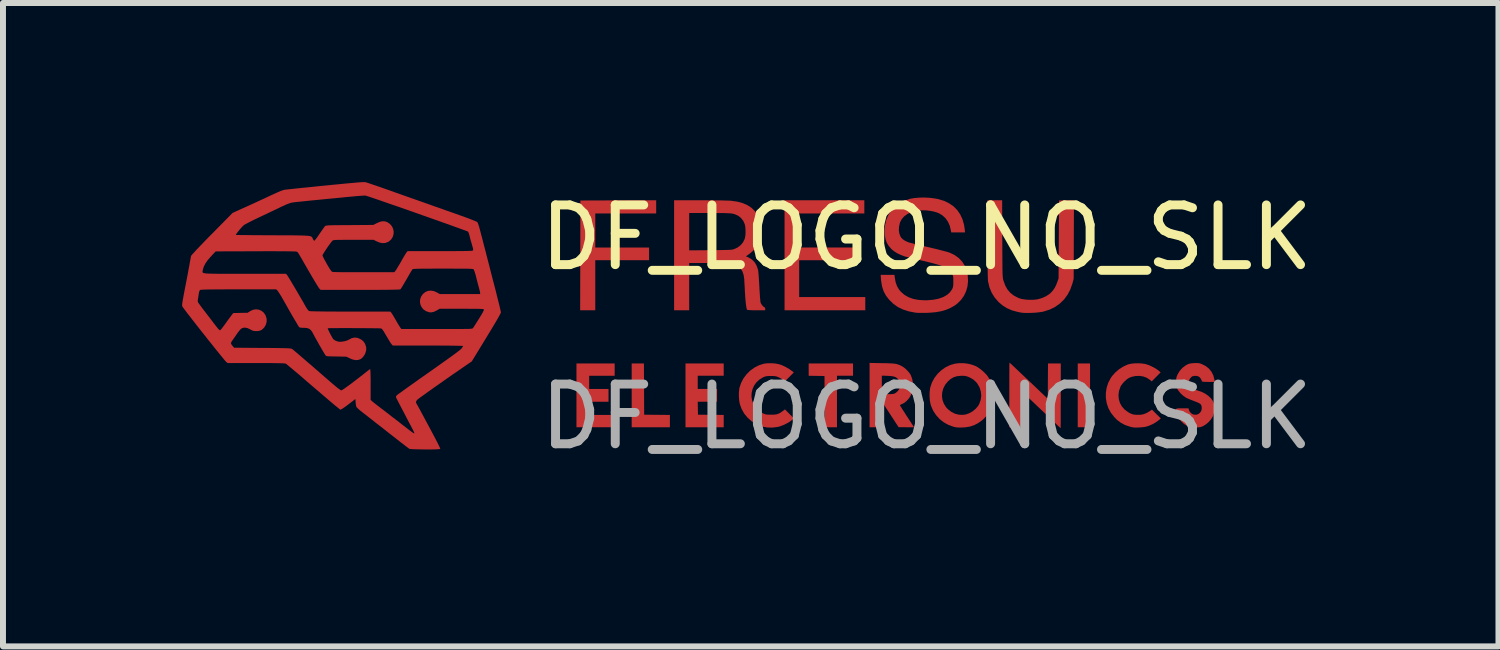
<source format=kicad_pcb>
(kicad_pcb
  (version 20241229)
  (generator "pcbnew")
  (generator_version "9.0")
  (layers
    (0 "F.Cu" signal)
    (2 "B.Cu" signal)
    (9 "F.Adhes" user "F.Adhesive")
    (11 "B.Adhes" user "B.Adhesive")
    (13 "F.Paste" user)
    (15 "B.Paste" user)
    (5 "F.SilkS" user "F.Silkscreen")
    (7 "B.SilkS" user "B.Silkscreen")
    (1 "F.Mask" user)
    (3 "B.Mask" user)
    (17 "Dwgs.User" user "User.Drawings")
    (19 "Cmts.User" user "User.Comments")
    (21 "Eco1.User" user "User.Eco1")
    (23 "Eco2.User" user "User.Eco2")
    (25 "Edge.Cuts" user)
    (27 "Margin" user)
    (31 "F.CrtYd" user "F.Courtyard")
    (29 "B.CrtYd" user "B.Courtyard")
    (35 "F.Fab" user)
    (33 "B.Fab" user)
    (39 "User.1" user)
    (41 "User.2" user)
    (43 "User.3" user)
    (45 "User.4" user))
  (footprint "DF_LOGO_NO_SLK"
    (layer "F.Cu")
    (at 12.468 1.427)
    (property "Reference" "DF_LOGO_NO_SLK" (at 0 -0.5 0) (unlocked yes) (layer "F.SilkS") (effects (font (size 1 1) (thickness 0.15))))
    (attr smd)
    (fp_poly (pts (xy 2.737 2.678) (xy 2.531 2.678) (xy 2.531 1.61) (xy 2.737 1.61)) (stroke (width 0) (type solid)) (fill yes) (layer "F.Cu"))
    (fp_poly (pts (xy -4.732 2.039) (xy -4.73 2.468) (xy -4.514 2.47) (xy -4.299 2.472) (xy -4.299 2.678) (xy -4.939 2.678) (xy -4.939 1.61) (xy -4.734 1.61)) (stroke (width 0) (type solid)) (fill yes) (layer "F.Cu"))
    (fp_poly (pts (xy -1.232 1.816) (xy -1.501 1.816) (xy -1.501 2.678) (xy -1.706 2.678) (xy -1.708 2.249) (xy -1.71 1.82) (xy -1.842 1.818) (xy -1.975 1.816) (xy -1.975 1.61) (xy -1.232 1.61)) (stroke (width 0) (type solid)) (fill yes) (layer "F.Cu"))
    (fp_poly (pts (xy -5.224 1.816) (xy -5.651 1.816) (xy -5.651 2.037) (xy -5.327 2.037) (xy -5.327 2.251) (xy -5.651 2.251) (xy -5.651 2.472) (xy -5.224 2.472) (xy -5.224 2.678) (xy -5.864 2.678) (xy -5.864 1.61) (xy -5.224 1.61)) (stroke (width 0) (type solid)) (fill yes) (layer "F.Cu"))
    (fp_poly (pts (xy -4.529 -0.902) (xy -5.549 -0.902) (xy -5.549 -0.332) (xy -4.648 -0.332) (xy -4.648 -0.119) (xy -5.549 -0.119) (xy -5.549 0.719) (xy -5.802 0.719) (xy -5.8 -0.2) (xy -5.798 -1.119) (xy -5.164 -1.121) (xy -4.529 -1.123)) (stroke (width 0) (type solid)) (fill yes) (layer "F.Cu"))
    (fp_poly (pts (xy -1.043 -0.902) (xy -2.134 -0.902) (xy -2.134 -0.332) (xy -1.13 -0.332) (xy -1.13 -0.119) (xy -2.134 -0.119) (xy -2.134 0.498) (xy -1.027 0.498) (xy -1.027 0.719) (xy -2.379 0.719) (xy -2.379 -1.123) (xy -1.043 -1.123)) (stroke (width 0) (type solid)) (fill yes) (layer "F.Cu"))
    (fp_poly (pts (xy -3.398 1.816) (xy -3.833 1.816) (xy -3.833 2.037) (xy -3.509 2.037) (xy -3.509 2.251) (xy -3.833 2.251) (xy -3.829 2.468) (xy -3.613 2.47) (xy -3.398 2.472) (xy -3.398 2.678) (xy -4.038 2.678) (xy -4.038 1.61) (xy -3.398 1.61)) (stroke (width 0) (type solid)) (fill yes) (layer "F.Cu"))
    (fp_poly (pts (xy 1.393 1.6) (xy 1.41 1.615) (xy 1.436 1.639) (xy 1.47 1.671) (xy 1.511 1.71) (xy 1.559 1.756) (xy 1.612 1.806) (xy 1.669 1.86) (xy 1.71 1.898) (xy 2.029 2.202) (xy 2.031 1.906) (xy 2.033 1.61) (xy 2.247 1.61) (xy 2.247 2.152) (xy 2.247 2.243) (xy 2.246 2.329) (xy 2.246 2.409) (xy 2.246 2.482) (xy 2.246 2.546) (xy 2.246 2.6) (xy 2.245 2.643) (xy 2.245 2.674) (xy 2.245 2.691) (xy 2.244 2.693) (xy 2.238 2.688) (xy 2.222 2.673) (xy 2.196 2.649) (xy 2.162 2.617) (xy 2.121 2.577) (xy 2.073 2.532) (xy 2.02 2.482) (xy 1.963 2.428) (xy 1.922 2.389) (xy 1.602 2.084) (xy 1.6 2.381) (xy 1.598 2.678) (xy 1.385 2.678) (xy 1.385 2.136) (xy 1.385 2.045) (xy 1.385 1.959) (xy 1.385 1.879) (xy 1.385 1.806) (xy 1.386 1.742) (xy 1.386 1.688) (xy 1.386 1.645) (xy 1.387 1.614) (xy 1.387 1.598) (xy 1.387 1.595)) (stroke (width 0) (type solid)) (fill yes) (layer "F.Cu"))
    (fp_poly (pts (xy 3.603 1.61) (xy 3.657 1.618) (xy 3.67 1.621) (xy 3.716 1.636) (xy 3.767 1.658) (xy 3.817 1.684) (xy 3.86 1.711) (xy 3.883 1.728) (xy 3.919 1.759) (xy 3.844 1.835) (xy 3.77 1.91) (xy 3.738 1.883) (xy 3.688 1.85) (xy 3.63 1.828) (xy 3.566 1.818) (xy 3.501 1.82) (xy 3.436 1.833) (xy 3.395 1.849) (xy 3.359 1.871) (xy 3.321 1.904) (xy 3.286 1.941) (xy 3.257 1.98) (xy 3.246 2.001) (xy 3.222 2.071) (xy 3.213 2.141) (xy 3.219 2.208) (xy 3.238 2.272) (xy 3.271 2.331) (xy 3.317 2.383) (xy 3.376 2.426) (xy 3.394 2.437) (xy 3.425 2.452) (xy 3.452 2.462) (xy 3.479 2.467) (xy 3.516 2.47) (xy 3.519 2.47) (xy 3.58 2.47) (xy 3.633 2.46) (xy 3.684 2.44) (xy 3.725 2.416) (xy 3.774 2.383) (xy 3.922 2.531) (xy 3.881 2.565) (xy 3.836 2.597) (xy 3.783 2.627) (xy 3.729 2.651) (xy 3.685 2.666) (xy 3.659 2.672) (xy 3.622 2.677) (xy 3.581 2.681) (xy 3.555 2.682) (xy 3.512 2.683) (xy 3.479 2.683) (xy 3.449 2.679) (xy 3.418 2.672) (xy 3.401 2.667) (xy 3.322 2.64) (xy 3.254 2.604) (xy 3.19 2.556) (xy 3.141 2.506) (xy 3.086 2.435) (xy 3.044 2.358) (xy 3.016 2.275) (xy 3.002 2.19) (xy 3.002 2.103) (xy 3.015 2.017) (xy 3.042 1.933) (xy 3.084 1.854) (xy 3.105 1.823) (xy 3.158 1.763) (xy 3.221 1.708) (xy 3.292 1.663) (xy 3.365 1.629) (xy 3.381 1.624) (xy 3.427 1.614) (xy 3.483 1.608) (xy 3.544 1.607)) (stroke (width 0) (type solid)) (fill yes) (layer "F.Cu"))
    (fp_poly (pts (xy 2.465 -0.465) (xy 2.463 0.193) (xy 2.442 0.27) (xy 2.407 0.37) (xy 2.36 0.459) (xy 2.302 0.538) (xy 2.232 0.606) (xy 2.152 0.663) (xy 2.063 0.707) (xy 1.963 0.739) (xy 1.942 0.744) (xy 1.884 0.753) (xy 1.813 0.76) (xy 1.744 0.763) (xy 1.693 0.764) (xy 1.653 0.764) (xy 1.62 0.762) (xy 1.589 0.759) (xy 1.557 0.753) (xy 1.526 0.747) (xy 1.431 0.721) (xy 1.347 0.685) (xy 1.272 0.638) (xy 1.206 0.582) (xy 1.141 0.507) (xy 1.09 0.426) (xy 1.053 0.337) (xy 1.03 0.241) (xy 1.029 0.237) (xy 1.027 0.218) (xy 1.026 0.184) (xy 1.024 0.135) (xy 1.023 0.071) (xy 1.022 -0.007) (xy 1.022 -0.098) (xy 1.021 -0.203) (xy 1.021 -0.321) (xy 1.02 -0.451) (xy 1.02 -0.469) (xy 1.02 -1.123) (xy 1.265 -1.123) (xy 1.267 -0.481) (xy 1.268 -0.365) (xy 1.268 -0.264) (xy 1.269 -0.176) (xy 1.269 -0.101) (xy 1.27 -0.038) (xy 1.27 0.016) (xy 1.271 0.06) (xy 1.272 0.096) (xy 1.273 0.126) (xy 1.275 0.149) (xy 1.276 0.168) (xy 1.278 0.183) (xy 1.28 0.196) (xy 1.283 0.208) (xy 1.286 0.219) (xy 1.287 0.223) (xy 1.316 0.303) (xy 1.353 0.37) (xy 1.401 0.426) (xy 1.459 0.472) (xy 1.53 0.509) (xy 1.557 0.52) (xy 1.601 0.532) (xy 1.656 0.54) (xy 1.717 0.544) (xy 1.778 0.544) (xy 1.835 0.539) (xy 1.866 0.534) (xy 1.934 0.514) (xy 1.998 0.485) (xy 2.054 0.449) (xy 2.083 0.423) (xy 2.118 0.384) (xy 2.146 0.343) (xy 2.17 0.295) (xy 2.188 0.248) (xy 2.21 0.185) (xy 2.214 -0.467) (xy 2.218 -1.119) (xy 2.468 -1.123)) (stroke (width 0) (type solid)) (fill yes) (layer "F.Cu"))
    (fp_poly (pts (xy -2.54 1.61) (xy -2.483 1.62) (xy -2.481 1.62) (xy -2.423 1.639) (xy -2.361 1.668) (xy -2.298 1.705) (xy -2.244 1.744) (xy -2.224 1.76) (xy -2.373 1.91) (xy -2.402 1.887) (xy -2.426 1.87) (xy -2.457 1.852) (xy -2.478 1.842) (xy -2.501 1.832) (xy -2.522 1.825) (xy -2.545 1.822) (xy -2.576 1.82) (xy -2.607 1.82) (xy -2.646 1.82) (xy -2.674 1.822) (xy -2.696 1.826) (xy -2.717 1.833) (xy -2.742 1.844) (xy -2.802 1.881) (xy -2.851 1.927) (xy -2.889 1.98) (xy -2.915 2.039) (xy -2.93 2.102) (xy -2.933 2.166) (xy -2.923 2.229) (xy -2.9 2.29) (xy -2.864 2.347) (xy -2.838 2.376) (xy -2.802 2.406) (xy -2.762 2.433) (xy -2.742 2.444) (xy -2.718 2.455) (xy -2.697 2.462) (xy -2.676 2.466) (xy -2.649 2.468) (xy -2.612 2.468) (xy -2.603 2.468) (xy -2.553 2.467) (xy -2.513 2.462) (xy -2.48 2.451) (xy -2.447 2.434) (xy -2.412 2.409) (xy -2.409 2.407) (xy -2.372 2.379) (xy -2.224 2.529) (xy -2.259 2.56) (xy -2.298 2.589) (xy -2.348 2.617) (xy -2.402 2.643) (xy -2.456 2.663) (xy -2.499 2.674) (xy -2.584 2.684) (xy -2.668 2.682) (xy -2.742 2.669) (xy -2.805 2.649) (xy -2.862 2.623) (xy -2.918 2.587) (xy -2.934 2.575) (xy -3 2.516) (xy -3.056 2.447) (xy -3.099 2.37) (xy -3.128 2.289) (xy -3.129 2.286) (xy -3.139 2.229) (xy -3.144 2.165) (xy -3.144 2.1) (xy -3.138 2.039) (xy -3.133 2.014) (xy -3.106 1.934) (xy -3.066 1.858) (xy -3.014 1.79) (xy -2.953 1.729) (xy -2.883 1.679) (xy -2.807 1.64) (xy -2.728 1.615) (xy -2.72 1.613) (xy -2.666 1.607) (xy -2.603 1.606)) (stroke (width 0) (type solid)) (fill yes) (layer "F.Cu"))
    (fp_poly (pts (xy -0.744 1.605) (xy -0.675 1.606) (xy -0.62 1.608) (xy -0.576 1.61) (xy -0.541 1.613) (xy -0.512 1.618) (xy -0.487 1.624) (xy -0.465 1.632) (xy -0.441 1.642) (xy -0.417 1.654) (xy -0.379 1.678) (xy -0.339 1.712) (xy -0.303 1.751) (xy -0.274 1.789) (xy -0.265 1.805) (xy -0.241 1.87) (xy -0.229 1.941) (xy -0.23 2.014) (xy -0.244 2.086) (xy -0.27 2.153) (xy -0.273 2.159) (xy -0.302 2.202) (xy -0.338 2.241) (xy -0.376 2.271) (xy -0.41 2.288) (xy -0.433 2.298) (xy -0.445 2.307) (xy -0.446 2.311) (xy -0.441 2.321) (xy -0.428 2.341) (xy -0.41 2.37) (xy -0.387 2.406) (xy -0.36 2.447) (xy -0.354 2.458) (xy -0.325 2.502) (xy -0.297 2.545) (xy -0.272 2.583) (xy -0.252 2.614) (xy -0.239 2.635) (xy -0.238 2.636) (xy -0.211 2.678) (xy -0.34 2.678) (xy -0.469 2.677) (xy -0.603 2.472) (xy -0.636 2.421) (xy -0.667 2.374) (xy -0.694 2.333) (xy -0.716 2.3) (xy -0.732 2.276) (xy -0.741 2.264) (xy -0.743 2.262) (xy -0.745 2.268) (xy -0.746 2.289) (xy -0.748 2.321) (xy -0.749 2.362) (xy -0.749 2.412) (xy -0.75 2.468) (xy -0.75 2.678) (xy -0.955 2.678) (xy -0.955 1.814) (xy -0.75 1.814) (xy -0.75 2.124) (xy -0.653 2.124) (xy -0.609 2.124) (xy -0.577 2.122) (xy -0.555 2.119) (xy -0.538 2.114) (xy -0.528 2.11) (xy -0.506 2.094) (xy -0.483 2.072) (xy -0.477 2.065) (xy -0.465 2.049) (xy -0.458 2.035) (xy -0.454 2.016) (xy -0.453 1.99) (xy -0.453 1.971) (xy -0.454 1.937) (xy -0.456 1.914) (xy -0.462 1.896) (xy -0.472 1.881) (xy -0.492 1.858) (xy -0.516 1.841) (xy -0.546 1.829) (xy -0.586 1.822) (xy -0.639 1.818) (xy -0.653 1.817) (xy -0.75 1.814) (xy -0.955 1.814) (xy -0.955 1.601)) (stroke (width 0) (type solid)) (fill yes) (layer "F.Cu"))
    (fp_poly (pts (xy 0.618 1.605) (xy 0.693 1.614) (xy 0.764 1.632) (xy 0.827 1.656) (xy 0.847 1.668) (xy 0.89 1.696) (xy 0.934 1.732) (xy 0.975 1.77) (xy 1.009 1.806) (xy 1.019 1.819) (xy 1.067 1.895) (xy 1.1 1.974) (xy 1.12 2.058) (xy 1.125 2.145) (xy 1.118 2.238) (xy 1.096 2.326) (xy 1.06 2.407) (xy 1.01 2.481) (xy 0.946 2.547) (xy 0.927 2.563) (xy 0.861 2.61) (xy 0.795 2.644) (xy 0.725 2.667) (xy 0.648 2.679) (xy 0.602 2.682) (xy 0.557 2.683) (xy 0.521 2.682) (xy 0.491 2.679) (xy 0.46 2.672) (xy 0.452 2.67) (xy 0.366 2.639) (xy 0.288 2.596) (xy 0.218 2.541) (xy 0.159 2.476) (xy 0.111 2.403) (xy 0.075 2.322) (xy 0.065 2.286) (xy 0.054 2.229) (xy 0.05 2.165) (xy 0.05 2.157) (xy 0.257 2.157) (xy 0.266 2.222) (xy 0.289 2.285) (xy 0.326 2.343) (xy 0.354 2.374) (xy 0.411 2.419) (xy 0.473 2.451) (xy 0.54 2.468) (xy 0.608 2.471) (xy 0.657 2.464) (xy 0.715 2.443) (xy 0.771 2.411) (xy 0.821 2.37) (xy 0.862 2.322) (xy 0.882 2.287) (xy 0.906 2.219) (xy 0.915 2.15) (xy 0.908 2.081) (xy 0.888 2.014) (xy 0.853 1.952) (xy 0.83 1.922) (xy 0.781 1.878) (xy 0.719 1.843) (xy 0.692 1.832) (xy 0.664 1.823) (xy 0.638 1.818) (xy 0.609 1.816) (xy 0.571 1.817) (xy 0.569 1.817) (xy 0.506 1.824) (xy 0.452 1.841) (xy 0.404 1.869) (xy 0.357 1.91) (xy 0.311 1.966) (xy 0.28 2.027) (xy 0.262 2.091) (xy 0.257 2.157) (xy 0.05 2.157) (xy 0.05 2.1) (xy 0.056 2.04) (xy 0.061 2.014) (xy 0.088 1.932) (xy 0.129 1.855) (xy 0.182 1.785) (xy 0.245 1.725) (xy 0.316 1.675) (xy 0.394 1.637) (xy 0.472 1.614) (xy 0.543 1.605)) (stroke (width 0) (type solid)) (fill yes) (layer "F.Cu"))
    (fp_poly (pts (xy 4.553 1.605) (xy 4.578 1.609) (xy 4.603 1.618) (xy 4.67 1.651) (xy 4.726 1.694) (xy 4.77 1.748) (xy 4.802 1.811) (xy 4.82 1.881) (xy 4.82 1.881) (xy 4.826 1.919) (xy 4.718 1.919) (xy 4.668 1.918) (xy 4.634 1.916) (xy 4.615 1.913) (xy 4.61 1.91) (xy 4.605 1.889) (xy 4.591 1.864) (xy 4.573 1.842) (xy 4.56 1.831) (xy 4.528 1.819) (xy 4.492 1.817) (xy 4.457 1.823) (xy 4.444 1.829) (xy 4.42 1.851) (xy 4.401 1.881) (xy 4.39 1.914) (xy 4.389 1.928) (xy 4.397 1.964) (xy 4.419 1.997) (xy 4.454 2.026) (xy 4.5 2.05) (xy 4.545 2.065) (xy 4.607 2.086) (xy 4.666 2.116) (xy 4.719 2.153) (xy 4.763 2.195) (xy 4.795 2.24) (xy 4.797 2.244) (xy 4.816 2.298) (xy 4.822 2.358) (xy 4.817 2.421) (xy 4.799 2.483) (xy 4.791 2.501) (xy 4.764 2.544) (xy 4.727 2.587) (xy 4.684 2.625) (xy 4.64 2.653) (xy 4.637 2.655) (xy 4.608 2.668) (xy 4.582 2.676) (xy 4.552 2.68) (xy 4.518 2.682) (xy 4.482 2.683) (xy 4.448 2.681) (xy 4.423 2.678) (xy 4.418 2.677) (xy 4.361 2.655) (xy 4.307 2.62) (xy 4.259 2.574) (xy 4.22 2.521) (xy 4.193 2.463) (xy 4.188 2.445) (xy 4.179 2.412) (xy 4.175 2.389) (xy 4.177 2.375) (xy 4.187 2.366) (xy 4.206 2.362) (xy 4.238 2.361) (xy 4.281 2.361) (xy 4.387 2.361) (xy 4.392 2.384) (xy 4.405 2.415) (xy 4.429 2.442) (xy 4.459 2.462) (xy 4.469 2.465) (xy 4.508 2.47) (xy 4.543 2.461) (xy 4.573 2.441) (xy 4.595 2.412) (xy 4.607 2.377) (xy 4.607 2.337) (xy 4.603 2.322) (xy 4.598 2.306) (xy 4.589 2.293) (xy 4.576 2.282) (xy 4.555 2.27) (xy 4.525 2.257) (xy 4.483 2.241) (xy 4.468 2.235) (xy 4.429 2.22) (xy 4.391 2.205) (xy 4.36 2.191) (xy 4.342 2.182) (xy 4.299 2.152) (xy 4.257 2.114) (xy 4.222 2.072) (xy 4.203 2.043) (xy 4.192 2.023) (xy 4.185 2.004) (xy 4.181 1.984) (xy 4.18 1.956) (xy 4.179 1.923) (xy 4.18 1.885) (xy 4.182 1.857) (xy 4.186 1.835) (xy 4.195 1.813) (xy 4.205 1.79) (xy 4.239 1.734) (xy 4.284 1.684) (xy 4.336 1.644) (xy 4.361 1.63) (xy 4.387 1.618) (xy 4.412 1.611) (xy 4.441 1.607) (xy 4.479 1.604) (xy 4.484 1.604) (xy 4.524 1.603)) (stroke (width 0) (type solid)) (fill yes) (layer "F.Cu"))
    (fp_poly (pts (xy -3.792 -1.123) (xy -3.707 -1.123) (xy -3.625 -1.122) (xy -3.548 -1.121) (xy -3.476 -1.121) (xy -3.412 -1.12) (xy -3.358 -1.118) (xy -3.315 -1.117) (xy -3.285 -1.116) (xy -3.276 -1.115) (xy -3.171 -1.1) (xy -3.079 -1.075) (xy -2.999 -1.04) (xy -2.932 -0.996) (xy -2.876 -0.941) (xy -2.833 -0.876) (xy -2.802 -0.802) (xy -2.783 -0.717) (xy -2.777 -0.649) (xy -2.778 -0.556) (xy -2.792 -0.473) (xy -2.818 -0.399) (xy -2.857 -0.333) (xy -2.91 -0.273) (xy -2.972 -0.222) (xy -3.026 -0.185) (xy -2.98 -0.164) (xy -2.925 -0.13) (xy -2.88 -0.085) (xy -2.847 -0.028) (xy -2.824 0.039) (xy -2.822 0.047) (xy -2.819 0.066) (xy -2.816 0.099) (xy -2.812 0.142) (xy -2.809 0.194) (xy -2.805 0.251) (xy -2.802 0.312) (xy -2.801 0.324) (xy -2.798 0.385) (xy -2.794 0.442) (xy -2.791 0.493) (xy -2.787 0.535) (xy -2.784 0.567) (xy -2.782 0.586) (xy -2.781 0.588) (xy -2.772 0.609) (xy -2.756 0.632) (xy -2.738 0.653) (xy -2.721 0.667) (xy -2.71 0.672) (xy -2.705 0.678) (xy -2.703 0.695) (xy -2.703 0.719) (xy -2.853 0.719) (xy -2.91 0.719) (xy -2.955 0.717) (xy -2.987 0.715) (xy -3.004 0.712) (xy -3.008 0.711) (xy -3.013 0.695) (xy -3.019 0.665) (xy -3.025 0.624) (xy -3.031 0.573) (xy -3.036 0.516) (xy -3.04 0.453) (xy -3.043 0.412) (xy -3.045 0.359) (xy -3.048 0.308) (xy -3.051 0.261) (xy -3.053 0.222) (xy -3.054 0.197) (xy -3.064 0.13) (xy -3.084 0.07) (xy -3.115 0.021) (xy -3.156 -0.016) (xy -3.163 -0.021) (xy -3.187 -0.033) (xy -3.219 -0.045) (xy -3.253 -0.056) (xy -3.254 -0.056) (xy -3.27 -0.06) (xy -3.287 -0.063) (xy -3.305 -0.066) (xy -3.328 -0.068) (xy -3.356 -0.069) (xy -3.392 -0.07) (xy -3.436 -0.071) (xy -3.491 -0.071) (xy -3.558 -0.071) (xy -3.639 -0.072) (xy -3.976 -0.072) (xy -3.976 0.719) (xy -4.229 0.719) (xy -4.229 -0.284) (xy -3.976 -0.284) (xy -3.622 -0.287) (xy -3.536 -0.288) (xy -3.465 -0.289) (xy -3.406 -0.29) (xy -3.359 -0.291) (xy -3.321 -0.292) (xy -3.292 -0.293) (xy -3.269 -0.295) (xy -3.252 -0.298) (xy -3.238 -0.301) (xy -3.227 -0.304) (xy -3.227 -0.304) (xy -3.166 -0.332) (xy -3.115 -0.37) (xy -3.075 -0.418) (xy -3.048 -0.473) (xy -3.045 -0.481) (xy -3.036 -0.524) (xy -3.032 -0.576) (xy -3.033 -0.631) (xy -3.037 -0.683) (xy -3.045 -0.721) (xy -3.07 -0.778) (xy -3.108 -0.826) (xy -3.156 -0.864) (xy -3.214 -0.89) (xy -3.24 -0.897) (xy -3.256 -0.9) (xy -3.276 -0.903) (xy -3.3 -0.905) (xy -3.331 -0.906) (xy -3.369 -0.908) (xy -3.417 -0.909) (xy -3.476 -0.909) (xy -3.548 -0.909) (xy -3.634 -0.91) (xy -3.976 -0.91) (xy -3.976 -0.284) (xy -4.229 -0.284) (xy -4.229 -1.123)) (stroke (width 0) (type solid)) (fill yes) (layer "F.Cu"))
    (fp_poly (pts (xy 0.053 -1.164) (xy 0.14 -1.153) (xy 0.197 -1.142) (xy 0.293 -1.113) (xy 0.377 -1.072) (xy 0.451 -1.021) (xy 0.513 -0.959) (xy 0.563 -0.886) (xy 0.601 -0.804) (xy 0.627 -0.711) (xy 0.638 -0.639) (xy 0.643 -0.585) (xy 0.412 -0.585) (xy 0.407 -0.615) (xy 0.388 -0.696) (xy 0.357 -0.765) (xy 0.316 -0.823) (xy 0.264 -0.871) (xy 0.209 -0.904) (xy 0.167 -0.921) (xy 0.113 -0.936) (xy 0.053 -0.947) (xy -0.007 -0.954) (xy -0.015 -0.954) (xy -0.104 -0.954) (xy -0.185 -0.943) (xy -0.258 -0.923) (xy -0.322 -0.893) (xy -0.375 -0.854) (xy -0.416 -0.808) (xy -0.445 -0.754) (xy -0.449 -0.74) (xy -0.462 -0.679) (xy -0.465 -0.619) (xy -0.456 -0.563) (xy -0.437 -0.515) (xy -0.428 -0.5) (xy -0.399 -0.47) (xy -0.358 -0.443) (xy -0.31 -0.421) (xy -0.307 -0.42) (xy -0.29 -0.415) (xy -0.259 -0.407) (xy -0.217 -0.396) (xy -0.165 -0.383) (xy -0.106 -0.369) (xy -0.042 -0.354) (xy 0.026 -0.338) (xy 0.031 -0.337) (xy 0.1 -0.321) (xy 0.166 -0.305) (xy 0.228 -0.289) (xy 0.283 -0.275) (xy 0.329 -0.263) (xy 0.364 -0.253) (xy 0.386 -0.245) (xy 0.387 -0.245) (xy 0.468 -0.206) (xy 0.537 -0.157) (xy 0.594 -0.098) (xy 0.638 -0.029) (xy 0.67 0.049) (xy 0.689 0.135) (xy 0.694 0.227) (xy 0.685 0.316) (xy 0.662 0.399) (xy 0.626 0.476) (xy 0.577 0.545) (xy 0.515 0.606) (xy 0.474 0.637) (xy 0.403 0.678) (xy 0.327 0.711) (xy 0.245 0.735) (xy 0.154 0.751) (xy 0.052 0.76) (xy 0.001 0.762) (xy -0.049 0.763) (xy -0.098 0.763) (xy -0.143 0.762) (xy -0.177 0.76) (xy -0.193 0.758) (xy -0.3 0.737) (xy -0.396 0.706) (xy -0.481 0.665) (xy -0.556 0.612) (xy -0.557 0.611) (xy -0.625 0.545) (xy -0.679 0.477) (xy -0.719 0.403) (xy -0.746 0.321) (xy -0.761 0.231) (xy -0.764 0.203) (xy -0.769 0.126) (xy -0.538 0.126) (xy -0.533 0.172) (xy -0.519 0.249) (xy -0.495 0.316) (xy -0.461 0.374) (xy -0.431 0.409) (xy -0.373 0.46) (xy -0.306 0.499) (xy -0.228 0.528) (xy -0.14 0.545) (xy -0.041 0.552) (xy 0.023 0.551) (xy 0.12 0.542) (xy 0.206 0.524) (xy 0.28 0.497) (xy 0.342 0.462) (xy 0.391 0.418) (xy 0.426 0.368) (xy 0.435 0.349) (xy 0.441 0.332) (xy 0.445 0.312) (xy 0.447 0.286) (xy 0.447 0.249) (xy 0.447 0.237) (xy 0.447 0.196) (xy 0.446 0.168) (xy 0.443 0.146) (xy 0.437 0.129) (xy 0.429 0.111) (xy 0.426 0.105) (xy 0.41 0.079) (xy 0.39 0.055) (xy 0.366 0.033) (xy 0.335 0.013) (xy 0.297 -0.006) (xy 0.25 -0.025) (xy 0.193 -0.044) (xy 0.125 -0.063) (xy 0.044 -0.084) (xy -0.05 -0.107) (xy -0.082 -0.114) (xy -0.144 -0.128) (xy -0.202 -0.142) (xy -0.256 -0.155) (xy -0.303 -0.167) (xy -0.34 -0.176) (xy -0.364 -0.182) (xy -0.367 -0.183) (xy -0.432 -0.207) (xy -0.494 -0.237) (xy -0.55 -0.273) (xy -0.592 -0.309) (xy -0.635 -0.359) (xy -0.667 -0.412) (xy -0.688 -0.47) (xy -0.7 -0.538) (xy -0.703 -0.61) (xy -0.696 -0.706) (xy -0.675 -0.795) (xy -0.64 -0.877) (xy -0.593 -0.95) (xy -0.533 -1.015) (xy -0.462 -1.069) (xy -0.38 -1.112) (xy -0.288 -1.144) (xy -0.279 -1.147) (xy -0.207 -1.16) (xy -0.125 -1.167) (xy -0.037 -1.169)) (stroke (width 0) (type solid)) (fill yes) (layer "F.Cu"))
    (fp_poly (pts (xy -9.407 -1.427) (xy -9.397 -1.426) (xy -9.394 -1.425) (xy -9.38 -1.421) (xy -9.353 -1.412) (xy -9.314 -1.399) (xy -9.264 -1.382) (xy -9.205 -1.362) (xy -9.138 -1.339) (xy -9.065 -1.313) (xy -8.987 -1.286) (xy -8.922 -1.262) (xy -8.827 -1.229) (xy -8.721 -1.191) (xy -8.607 -1.151) (xy -8.488 -1.109) (xy -8.368 -1.067) (xy -8.251 -1.025) (xy -8.139 -0.986) (xy -8.036 -0.949) (xy -8.015 -0.942) (xy -7.902 -0.902) (xy -7.804 -0.867) (xy -7.721 -0.837) (xy -7.653 -0.812) (xy -7.6 -0.791) (xy -7.561 -0.775) (xy -7.536 -0.764) (xy -7.526 -0.758) (xy -7.52 -0.75) (xy -7.514 -0.736) (xy -7.506 -0.715) (xy -7.496 -0.685) (xy -7.485 -0.644) (xy -7.471 -0.592) (xy -7.454 -0.527) (xy -7.438 -0.468) (xy -7.423 -0.408) (xy -7.404 -0.334) (xy -7.382 -0.251) (xy -7.359 -0.16) (xy -7.334 -0.064) (xy -7.309 0.034) (xy -7.284 0.132) (xy -7.259 0.228) (xy -7.249 0.267) (xy -7.227 0.35) (xy -7.207 0.43) (xy -7.189 0.504) (xy -7.172 0.571) (xy -7.157 0.629) (xy -7.146 0.678) (xy -7.137 0.716) (xy -7.131 0.742) (xy -7.129 0.753) (xy -7.132 0.763) (xy -7.141 0.783) (xy -7.157 0.812) (xy -7.179 0.852) (xy -7.208 0.902) (xy -7.245 0.964) (xy -7.289 1.038) (xy -7.342 1.124) (xy -7.373 1.176) (xy -7.617 1.575) (xy -7.719 1.645) (xy -7.803 1.703) (xy -7.875 1.753) (xy -7.94 1.797) (xy -7.997 1.837) (xy -8.05 1.874) (xy -8.101 1.91) (xy -8.152 1.946) (xy -8.205 1.983) (xy -8.262 2.023) (xy -8.291 2.044) (xy -8.344 2.081) (xy -8.393 2.117) (xy -8.438 2.149) (xy -8.476 2.176) (xy -8.505 2.198) (xy -8.524 2.212) (xy -8.53 2.218) (xy -8.547 2.239) (xy -8.552 2.261) (xy -8.545 2.279) (xy -8.54 2.288) (xy -8.527 2.309) (xy -8.509 2.343) (xy -8.485 2.386) (xy -8.457 2.439) (xy -8.424 2.5) (xy -8.388 2.567) (xy -8.348 2.641) (xy -8.307 2.718) (xy -8.264 2.799) (xy -8.225 2.873) (xy -8.201 2.919) (xy -8.18 2.961) (xy -8.163 2.996) (xy -8.151 3.022) (xy -8.145 3.038) (xy -8.145 3.041) (xy -8.154 3.044) (xy -8.177 3.046) (xy -8.211 3.048) (xy -8.254 3.049) (xy -8.303 3.05) (xy -8.357 3.05) (xy -8.413 3.05) (xy -8.468 3.049) (xy -8.521 3.048) (xy -8.568 3.047) (xy -8.609 3.045) (xy -8.64 3.043) (xy -8.659 3.04) (xy -8.663 3.039) (xy -8.673 3.032) (xy -8.694 3.016) (xy -8.725 2.993) (xy -8.764 2.962) (xy -8.812 2.926) (xy -8.865 2.884) (xy -8.924 2.838) (xy -8.987 2.789) (xy -9.019 2.764) (xy -9.086 2.711) (xy -9.152 2.659) (xy -9.216 2.61) (xy -9.275 2.563) (xy -9.329 2.521) (xy -9.376 2.484) (xy -9.414 2.454) (xy -9.442 2.433) (xy -9.447 2.429) (xy -9.481 2.402) (xy -9.51 2.377) (xy -9.533 2.356) (xy -9.547 2.341) (xy -9.549 2.338) (xy -9.554 2.32) (xy -9.559 2.292) (xy -9.562 2.262) (xy -9.566 2.205) (xy -9.684 2.296) (xy -9.731 2.331) (xy -9.769 2.357) (xy -9.797 2.375) (xy -9.814 2.383) (xy -9.817 2.384) (xy -9.826 2.378) (xy -9.845 2.363) (xy -9.874 2.339) (xy -9.913 2.308) (xy -9.959 2.269) (xy -10.012 2.224) (xy -10.072 2.173) (xy -10.136 2.118) (xy -10.205 2.059) (xy -10.272 2.002) (xy -10.344 1.94) (xy -10.413 1.881) (xy -10.477 1.825) (xy -10.537 1.774) (xy -10.591 1.729) (xy -10.637 1.69) (xy -10.676 1.658) (xy -10.705 1.634) (xy -10.724 1.618) (xy -10.732 1.613) (xy -10.742 1.611) (xy -10.76 1.609) (xy -10.787 1.607) (xy -10.825 1.606) (xy -10.874 1.605) (xy -10.936 1.604) (xy -11.01 1.603) (xy -11.098 1.603) (xy -11.201 1.603) (xy -11.229 1.603) (xy -11.704 1.603) (xy -11.729 1.585) (xy -11.737 1.576) (xy -11.755 1.556) (xy -11.78 1.525) (xy -11.812 1.486) (xy -11.85 1.44) (xy -11.893 1.387) (xy -11.939 1.329) (xy -11.989 1.266) (xy -12.041 1.202) (xy -12.093 1.135) (xy -12.146 1.069) (xy -12.198 1.003) (xy -12.247 0.94) (xy -12.294 0.88) (xy -12.337 0.824) (xy -12.376 0.775) (xy -12.408 0.732) (xy -12.434 0.698) (xy -12.452 0.673) (xy -12.462 0.659) (xy -12.463 0.658) (xy -12.466 0.651) (xy -12.467 0.642) (xy -12.468 0.631) (xy -12.467 0.614) (xy -12.464 0.592) (xy -12.459 0.562) (xy -12.458 0.554) (xy -12.206 0.554) (xy -12.205 0.576) (xy -12.203 0.581) (xy -12.197 0.593) (xy -12.182 0.614) (xy -12.16 0.644) (xy -12.134 0.68) (xy -12.103 0.72) (xy -12.091 0.735) (xy -12.055 0.783) (xy -12.016 0.833) (xy -11.978 0.883) (xy -11.944 0.928) (xy -11.916 0.964) (xy -11.916 0.964) (xy -11.884 1.005) (xy -11.86 1.034) (xy -11.842 1.051) (xy -11.834 1.055) (xy -11.825 1.048) (xy -11.809 1.031) (xy -11.788 1.004) (xy -11.764 0.972) (xy -11.748 0.95) (xy -11.72 0.911) (xy -11.693 0.873) (xy -11.668 0.84) (xy -11.649 0.814) (xy -11.644 0.807) (xy -11.612 0.766) (xy -11.491 0.763) (xy -11.37 0.761) (xy -11.329 0.734) (xy -11.281 0.711) (xy -11.231 0.703) (xy -11.183 0.709) (xy -11.139 0.728) (xy -11.101 0.759) (xy -11.071 0.803) (xy -11.069 0.808) (xy -11.053 0.859) (xy -11.052 0.911) (xy -11.066 0.961) (xy -11.092 1.006) (xy -11.095 1.009) (xy -11.126 1.04) (xy -11.157 1.058) (xy -11.195 1.067) (xy -11.224 1.068) (xy -11.254 1.067) (xy -11.278 1.063) (xy -11.302 1.053) (xy -11.328 1.039) (xy -11.376 1.017) (xy -11.418 1.009) (xy -11.455 1.015) (xy -11.475 1.025) (xy -11.49 1.038) (xy -11.51 1.061) (xy -11.533 1.09) (xy -11.547 1.11) (xy -11.57 1.144) (xy -11.594 1.178) (xy -11.614 1.207) (xy -11.623 1.219) (xy -11.638 1.242) (xy -11.648 1.261) (xy -11.651 1.271) (xy -11.646 1.284) (xy -11.634 1.303) (xy -11.624 1.315) (xy -11.598 1.346) (xy -11.124 1.35) (xy -11.025 1.35) (xy -10.94 1.351) (xy -10.869 1.352) (xy -10.81 1.353) (xy -10.761 1.354) (xy -10.723 1.355) (xy -10.692 1.356) (xy -10.67 1.358) (xy -10.653 1.36) (xy -10.641 1.362) (xy -10.632 1.364) (xy -10.627 1.367) (xy -10.617 1.374) (xy -10.597 1.391) (xy -10.566 1.417) (xy -10.527 1.45) (xy -10.48 1.49) (xy -10.427 1.536) (xy -10.368 1.587) (xy -10.304 1.641) (xy -10.237 1.7) (xy -10.213 1.72) (xy -10.129 1.794) (xy -10.056 1.857) (xy -9.994 1.911) (xy -9.941 1.956) (xy -9.898 1.992) (xy -9.864 2.02) (xy -9.837 2.04) (xy -9.819 2.053) (xy -9.807 2.06) (xy -9.804 2.061) (xy -9.791 2.056) (xy -9.768 2.042) (xy -9.733 2.018) (xy -9.686 1.984) (xy -9.627 1.941) (xy -9.581 1.905) (xy -9.531 1.867) (xy -9.483 1.83) (xy -9.44 1.797) (xy -9.404 1.768) (xy -9.376 1.746) (xy -9.357 1.732) (xy -9.352 1.728) (xy -9.335 1.714) (xy -9.321 1.706) (xy -9.319 1.705) (xy -9.316 1.713) (xy -9.315 1.736) (xy -9.313 1.772) (xy -9.312 1.822) (xy -9.311 1.884) (xy -9.311 1.957) (xy -9.311 1.963) (xy -9.311 2.22) (xy -9.293 2.237) (xy -9.282 2.246) (xy -9.261 2.264) (xy -9.23 2.288) (xy -9.192 2.318) (xy -9.148 2.352) (xy -9.1 2.388) (xy -9.081 2.403) (xy -9.023 2.447) (xy -8.961 2.496) (xy -8.896 2.545) (xy -8.834 2.593) (xy -8.779 2.637) (xy -8.738 2.668) (xy -8.696 2.701) (xy -8.658 2.73) (xy -8.626 2.754) (xy -8.601 2.771) (xy -8.586 2.781) (xy -8.582 2.783) (xy -8.58 2.774) (xy -8.583 2.762) (xy -8.589 2.75) (xy -8.601 2.726) (xy -8.617 2.694) (xy -8.637 2.655) (xy -8.657 2.618) (xy -8.691 2.554) (xy -8.724 2.49) (xy -8.757 2.427) (xy -8.788 2.368) (xy -8.816 2.314) (xy -8.841 2.267) (xy -8.861 2.227) (xy -8.876 2.198) (xy -8.884 2.181) (xy -8.886 2.177) (xy -8.886 2.162) (xy -8.873 2.144) (xy -8.87 2.141) (xy -8.861 2.133) (xy -8.839 2.117) (xy -8.806 2.094) (xy -8.764 2.063) (xy -8.712 2.026) (xy -8.653 1.984) (xy -8.587 1.937) (xy -8.516 1.886) (xy -8.439 1.832) (xy -8.359 1.776) (xy -8.332 1.757) (xy -8.23 1.685) (xy -8.14 1.621) (xy -8.062 1.566) (xy -7.995 1.518) (xy -7.938 1.477) (xy -7.892 1.443) (xy -7.855 1.415) (xy -7.826 1.393) (xy -7.806 1.376) (xy -7.793 1.364) (xy -7.788 1.359) (xy -7.774 1.338) (xy -7.764 1.323) (xy -7.762 1.317) (xy -7.769 1.316) (xy -7.792 1.315) (xy -7.827 1.314) (xy -7.875 1.313) (xy -7.934 1.312) (xy -8.002 1.311) (xy -8.079 1.311) (xy -8.163 1.31) (xy -8.253 1.31) (xy -8.348 1.31) (xy -8.94 1.31) (xy -8.958 1.291) (xy -8.968 1.277) (xy -8.985 1.253) (xy -9.004 1.221) (xy -9.025 1.186) (xy -9.026 1.184) (xy -9.056 1.134) (xy -9.078 1.096) (xy -9.095 1.068) (xy -9.108 1.049) (xy -9.118 1.037) (xy -9.126 1.029) (xy -9.133 1.025) (xy -9.142 1.023) (xy -9.145 1.023) (xy -9.157 1.022) (xy -9.182 1.021) (xy -9.219 1.02) (xy -9.267 1.02) (xy -9.323 1.019) (xy -9.385 1.019) (xy -9.453 1.018) (xy -9.523 1.018) (xy -9.596 1.018) (xy -9.668 1.017) (xy -9.738 1.017) (xy -9.804 1.017) (xy -9.865 1.018) (xy -9.92 1.018) (xy -9.965 1.018) (xy -10 1.019) (xy -10.022 1.02) (xy -10.03 1.02) (xy -10.03 1.02) (xy -10.027 1.032) (xy -10.017 1.054) (xy -10.003 1.083) (xy -9.987 1.115) (xy -9.97 1.147) (xy -9.954 1.175) (xy -9.942 1.195) (xy -9.934 1.205) (xy -9.9 1.228) (xy -9.859 1.243) (xy -9.827 1.247) (xy -9.784 1.244) (xy -9.74 1.236) (xy -9.702 1.224) (xy -9.675 1.211) (xy -9.627 1.186) (xy -9.58 1.176) (xy -9.532 1.181) (xy -9.497 1.195) (xy -9.459 1.216) (xy -9.431 1.241) (xy -9.409 1.273) (xy -9.4 1.292) (xy -9.385 1.342) (xy -9.386 1.392) (xy -9.402 1.444) (xy -9.408 1.457) (xy -9.439 1.503) (xy -9.475 1.535) (xy -9.518 1.551) (xy -9.566 1.554) (xy -9.62 1.541) (xy -9.657 1.525) (xy -9.718 1.496) (xy -9.885 1.493) (xy -9.942 1.492) (xy -9.985 1.491) (xy -10.016 1.49) (xy -10.037 1.488) (xy -10.051 1.485) (xy -10.06 1.481) (xy -10.064 1.477) (xy -10.072 1.465) (xy -10.087 1.441) (xy -10.107 1.408) (xy -10.13 1.368) (xy -10.156 1.324) (xy -10.182 1.279) (xy -10.207 1.233) (xy -10.231 1.191) (xy -10.251 1.155) (xy -10.264 1.13) (xy -10.288 1.085) (xy -10.311 1.053) (xy -10.335 1.032) (xy -10.363 1.02) (xy -10.399 1.014) (xy -10.431 1.013) (xy -10.468 1.012) (xy -10.492 1.009) (xy -10.506 1.003) (xy -10.508 1.002) (xy -10.515 0.991) (xy -10.53 0.968) (xy -10.55 0.933) (xy -10.577 0.889) (xy -10.608 0.836) (xy -10.643 0.776) (xy -10.681 0.709) (xy -10.721 0.638) (xy -10.763 0.564) (xy -10.773 0.547) (xy -10.798 0.503) (xy -10.822 0.463) (xy -10.844 0.429) (xy -10.861 0.403) (xy -10.872 0.388) (xy -10.873 0.387) (xy -10.893 0.369) (xy -11.523 0.369) (xy -11.643 0.369) (xy -11.748 0.369) (xy -11.839 0.37) (xy -11.916 0.37) (xy -11.982 0.371) (xy -12.036 0.371) (xy -12.079 0.372) (xy -12.113 0.373) (xy -12.137 0.375) (xy -12.154 0.376) (xy -12.164 0.378) (xy -12.168 0.379) (xy -12.178 0.395) (xy -12.186 0.424) (xy -12.189 0.441) (xy -12.194 0.475) (xy -12.199 0.508) (xy -12.203 0.528) (xy -12.206 0.554) (xy -12.458 0.554) (xy -12.452 0.522) (xy -12.443 0.471) (xy -12.431 0.408) (xy -12.419 0.345) (xy -12.405 0.274) (xy -12.391 0.202) (xy -12.378 0.133) (xy -12.367 0.074) (xy -12.127 0.074) (xy -12.126 0.081) (xy -12.122 0.087) (xy -12.115 0.093) (xy -12.102 0.097) (xy -12.085 0.1) (xy -12.06 0.103) (xy -12.029 0.105) (xy -11.988 0.106) (xy -11.939 0.107) (xy -11.879 0.108) (xy -11.807 0.108) (xy -11.724 0.108) (xy -11.627 0.108) (xy -11.516 0.108) (xy -11.415 0.108) (xy -10.729 0.108) (xy -10.713 0.126) (xy -10.705 0.137) (xy -10.69 0.16) (xy -10.67 0.193) (xy -10.645 0.234) (xy -10.617 0.282) (xy -10.586 0.334) (xy -10.553 0.389) (xy -10.52 0.446) (xy -10.488 0.501) (xy -10.457 0.554) (xy -10.429 0.603) (xy -10.407 0.643) (xy -10.381 0.686) (xy -10.36 0.716) (xy -10.344 0.731) (xy -10.342 0.732) (xy -10.334 0.733) (xy -10.316 0.735) (xy -10.288 0.736) (xy -10.249 0.737) (xy -10.199 0.738) (xy -10.137 0.739) (xy -10.062 0.74) (xy -9.974 0.74) (xy -9.872 0.741) (xy -9.756 0.741) (xy -9.652 0.741) (xy -8.982 0.741) (xy -8.966 0.759) (xy -8.957 0.772) (xy -8.941 0.796) (xy -8.922 0.828) (xy -8.901 0.864) (xy -8.892 0.879) (xy -8.87 0.918) (xy -8.849 0.954) (xy -8.831 0.983) (xy -8.818 1.003) (xy -8.815 1.008) (xy -8.796 1.033) (xy -8.204 1.033) (xy -8.093 1.033) (xy -7.997 1.033) (xy -7.914 1.033) (xy -7.844 1.033) (xy -7.786 1.033) (xy -7.738 1.032) (xy -7.699 1.032) (xy -7.669 1.031) (xy -7.646 1.03) (xy -7.629 1.028) (xy -7.617 1.027) (xy -7.608 1.025) (xy -7.603 1.022) (xy -7.6 1.02) (xy -7.597 1.017) (xy -7.589 1.006) (xy -7.574 0.984) (xy -7.554 0.952) (xy -7.53 0.914) (xy -7.503 0.871) (xy -7.495 0.858) (xy -7.464 0.808) (xy -7.441 0.769) (xy -7.426 0.741) (xy -7.417 0.722) (xy -7.414 0.71) (xy -7.415 0.704) (xy -7.42 0.701) (xy -7.43 0.699) (xy -7.447 0.698) (xy -7.473 0.696) (xy -7.508 0.695) (xy -7.554 0.694) (xy -7.611 0.694) (xy -7.682 0.694) (xy -7.766 0.693) (xy -7.789 0.693) (xy -8.155 0.693) (xy -8.2 0.72) (xy -8.251 0.745) (xy -8.299 0.755) (xy -8.333 0.752) (xy -8.383 0.734) (xy -8.425 0.706) (xy -8.456 0.669) (xy -8.476 0.627) (xy -8.485 0.58) (xy -8.481 0.533) (xy -8.464 0.487) (xy -8.435 0.446) (xy -8.394 0.413) (xy -8.348 0.394) (xy -8.298 0.39) (xy -8.246 0.4) (xy -8.203 0.42) (xy -8.151 0.448) (xy -7.477 0.448) (xy -7.477 0.431) (xy -7.479 0.415) (xy -7.485 0.389) (xy -7.493 0.357) (xy -7.497 0.342) (xy -7.507 0.306) (xy -7.519 0.261) (xy -7.532 0.211) (xy -7.544 0.164) (xy -7.544 0.16) (xy -7.555 0.12) (xy -7.566 0.084) (xy -7.576 0.056) (xy -7.583 0.039) (xy -7.585 0.036) (xy -7.588 0.033) (xy -7.593 0.031) (xy -7.601 0.028) (xy -7.613 0.027) (xy -7.629 0.025) (xy -7.653 0.024) (xy -7.683 0.023) (xy -7.723 0.022) (xy -7.772 0.022) (xy -7.832 0.022) (xy -7.904 0.022) (xy -7.99 0.021) (xy -8.091 0.021) (xy -8.098 0.021) (xy -8.201 0.021) (xy -8.289 0.022) (xy -8.363 0.022) (xy -8.425 0.022) (xy -8.475 0.023) (xy -8.516 0.024) (xy -8.548 0.025) (xy -8.571 0.026) (xy -8.588 0.027) (xy -8.6 0.029) (xy -8.607 0.031) (xy -8.611 0.034) (xy -8.618 0.044) (xy -8.632 0.066) (xy -8.65 0.097) (xy -8.673 0.136) (xy -8.698 0.18) (xy -8.711 0.202) (xy -8.737 0.247) (xy -8.761 0.288) (xy -8.782 0.323) (xy -8.798 0.349) (xy -8.809 0.364) (xy -8.811 0.367) (xy -8.817 0.369) (xy -8.829 0.371) (xy -8.849 0.372) (xy -8.877 0.373) (xy -8.914 0.374) (xy -8.962 0.375) (xy -9.02 0.376) (xy -9.09 0.376) (xy -9.173 0.377) (xy -9.269 0.377) (xy -9.379 0.377) (xy -9.486 0.377) (xy -10.148 0.377) (xy -10.167 0.359) (xy -10.175 0.349) (xy -10.19 0.326) (xy -10.211 0.293) (xy -10.237 0.25) (xy -10.267 0.2) (xy -10.3 0.144) (xy -10.335 0.084) (xy -10.349 0.06) (xy -10.391 -0.013) (xy -10.427 -0.075) (xy -10.455 -0.125) (xy -10.479 -0.165) (xy -10.497 -0.196) (xy -10.511 -0.219) (xy -10.521 -0.236) (xy -10.529 -0.247) (xy -10.535 -0.254) (xy -10.54 -0.258) (xy -10.544 -0.26) (xy -10.548 -0.262) (xy -10.552 -0.263) (xy -10.564 -0.265) (xy -10.59 -0.266) (xy -10.631 -0.267) (xy -10.686 -0.268) (xy -10.757 -0.269) (xy -10.843 -0.269) (xy -10.944 -0.27) (xy -11.061 -0.27) (xy -11.193 -0.269) (xy -11.239 -0.269) (xy -11.906 -0.267) (xy -11.984 -0.184) (xy -12.039 -0.121) (xy -12.08 -0.062) (xy -12.107 -0.008) (xy -12.121 0.042) (xy -12.122 0.046) (xy -12.124 0.057) (xy -12.126 0.066) (xy -12.127 0.074) (xy -12.367 0.074) (xy -12.366 0.069) (xy -12.356 0.013) (xy -12.347 -0.032) (xy -12.343 -0.058) (xy -12.335 -0.1) (xy -12.328 -0.138) (xy -12.323 -0.168) (xy -12.319 -0.187) (xy -12.318 -0.191) (xy -12.312 -0.2) (xy -12.296 -0.219) (xy -12.269 -0.248) (xy -12.235 -0.286) (xy -12.192 -0.331) (xy -12.142 -0.383) (xy -12.086 -0.441) (xy -12.025 -0.504) (xy -11.986 -0.543) (xy -11.569 -0.543) (xy -11.569 -0.542) (xy -11.561 -0.542) (xy -11.538 -0.541) (xy -11.502 -0.541) (xy -11.454 -0.54) (xy -11.394 -0.54) (xy -11.325 -0.539) (xy -11.248 -0.538) (xy -11.163 -0.538) (xy -11.072 -0.537) (xy -10.976 -0.537) (xy -10.955 -0.537) (xy -10.838 -0.536) (xy -10.736 -0.536) (xy -10.648 -0.536) (xy -10.573 -0.535) (xy -10.509 -0.534) (xy -10.456 -0.533) (xy -10.413 -0.531) (xy -10.378 -0.529) (xy -10.35 -0.527) (xy -10.329 -0.523) (xy -10.314 -0.519) (xy -10.303 -0.514) (xy -10.295 -0.508) (xy -10.289 -0.501) (xy -10.285 -0.492) (xy -10.281 -0.483) (xy -10.279 -0.477) (xy -10.268 -0.457) (xy -10.258 -0.446) (xy -10.254 -0.445) (xy -10.247 -0.451) (xy -10.232 -0.469) (xy -10.212 -0.495) (xy -10.189 -0.528) (xy -10.166 -0.562) (xy -10.14 -0.6) (xy -10.115 -0.635) (xy -10.095 -0.664) (xy -10.08 -0.684) (xy -10.073 -0.692) (xy -10.068 -0.695) (xy -10.061 -0.697) (xy -10.05 -0.699) (xy -10.034 -0.701) (xy -10.012 -0.703) (xy -9.982 -0.704) (xy -9.943 -0.705) (xy -9.893 -0.706) (xy -9.831 -0.706) (xy -9.757 -0.707) (xy -9.668 -0.707) (xy -9.662 -0.707) (xy -9.266 -0.71) (xy -9.205 -0.741) (xy -9.153 -0.763) (xy -9.108 -0.772) (xy -9.067 -0.769) (xy -9.029 -0.755) (xy -8.986 -0.725) (xy -8.954 -0.687) (xy -8.934 -0.644) (xy -8.925 -0.598) (xy -8.928 -0.551) (xy -8.942 -0.506) (xy -8.968 -0.466) (xy -9.006 -0.433) (xy -9.019 -0.426) (xy -9.065 -0.408) (xy -9.113 -0.405) (xy -9.165 -0.416) (xy -9.206 -0.433) (xy -9.262 -0.461) (xy -9.598 -0.461) (xy -9.68 -0.461) (xy -9.748 -0.461) (xy -9.803 -0.46) (xy -9.846 -0.46) (xy -9.88 -0.459) (xy -9.905 -0.458) (xy -9.922 -0.456) (xy -9.935 -0.454) (xy -9.943 -0.451) (xy -9.948 -0.448) (xy -9.95 -0.447) (xy -9.962 -0.433) (xy -9.98 -0.41) (xy -10.002 -0.38) (xy -10.027 -0.346) (xy -10.051 -0.31) (xy -10.074 -0.275) (xy -10.094 -0.244) (xy -10.109 -0.219) (xy -10.117 -0.203) (xy -10.117 -0.2) (xy -10.114 -0.188) (xy -10.103 -0.165) (xy -10.087 -0.133) (xy -10.066 -0.096) (xy -10.045 -0.057) (xy -10.016 -0.008) (xy -9.994 0.028) (xy -9.976 0.053) (xy -9.963 0.069) (xy -9.952 0.076) (xy -9.952 0.076) (xy -9.94 0.078) (xy -9.913 0.079) (xy -9.872 0.08) (xy -9.818 0.081) (xy -9.751 0.082) (xy -9.673 0.082) (xy -9.584 0.082) (xy -9.486 0.082) (xy -9.423 0.082) (xy -8.914 0.081) (xy -8.896 0.059) (xy -8.887 0.046) (xy -8.871 0.021) (xy -8.851 -0.012) (xy -8.827 -0.052) (xy -8.802 -0.095) (xy -8.8 -0.099) (xy -8.776 -0.142) (xy -8.753 -0.181) (xy -8.733 -0.215) (xy -8.717 -0.239) (xy -8.708 -0.253) (xy -8.707 -0.253) (xy -8.692 -0.271) (xy -8.153 -0.271) (xy -8.042 -0.271) (xy -7.946 -0.271) (xy -7.864 -0.272) (xy -7.795 -0.272) (xy -7.739 -0.273) (xy -7.693 -0.274) (xy -7.658 -0.275) (xy -7.632 -0.276) (xy -7.614 -0.278) (xy -7.604 -0.28) (xy -7.601 -0.281) (xy -7.596 -0.286) (xy -7.594 -0.294) (xy -7.595 -0.306) (xy -7.599 -0.327) (xy -7.608 -0.358) (xy -7.619 -0.398) (xy -7.632 -0.44) (xy -7.643 -0.482) (xy -7.652 -0.517) (xy -7.658 -0.542) (xy -7.659 -0.545) (xy -7.667 -0.571) (xy -7.676 -0.592) (xy -7.682 -0.598) (xy -7.691 -0.603) (xy -7.714 -0.612) (xy -7.749 -0.625) (xy -7.797 -0.642) (xy -7.854 -0.663) (xy -7.921 -0.687) (xy -7.995 -0.714) (xy -8.077 -0.743) (xy -8.164 -0.774) (xy -8.255 -0.806) (xy -8.351 -0.84) (xy -8.448 -0.874) (xy -8.546 -0.909) (xy -8.645 -0.944) (xy -8.742 -0.978) (xy -8.836 -1.011) (xy -8.928 -1.042) (xy -9.014 -1.072) (xy -9.095 -1.1) (xy -9.169 -1.126) (xy -9.234 -1.148) (xy -9.29 -1.167) (xy -9.336 -1.182) (xy -9.37 -1.193) (xy -9.391 -1.2) (xy -9.398 -1.202) (xy -9.412 -1.202) (xy -9.44 -1.2) (xy -9.48 -1.198) (xy -9.529 -1.194) (xy -9.587 -1.189) (xy -9.65 -1.183) (xy -9.717 -1.177) (xy -9.718 -1.177) (xy -9.802 -1.168) (xy -9.895 -1.159) (xy -9.993 -1.15) (xy -10.092 -1.14) (xy -10.185 -1.131) (xy -10.27 -1.123) (xy -10.291 -1.121) (xy -10.359 -1.114) (xy -10.424 -1.107) (xy -10.483 -1.101) (xy -10.536 -1.096) (xy -10.579 -1.091) (xy -10.61 -1.087) (xy -10.625 -1.085) (xy -10.648 -1.08) (xy -10.677 -1.07) (xy -10.712 -1.057) (xy -10.756 -1.037) (xy -10.812 -1.012) (xy -10.842 -0.997) (xy -10.898 -0.97) (xy -10.964 -0.939) (xy -11.035 -0.905) (xy -11.107 -0.871) (xy -11.173 -0.84) (xy -11.2 -0.827) (xy -11.254 -0.801) (xy -11.305 -0.776) (xy -11.35 -0.753) (xy -11.388 -0.733) (xy -11.417 -0.718) (xy -11.432 -0.708) (xy -11.447 -0.695) (xy -11.467 -0.674) (xy -11.49 -0.649) (xy -11.513 -0.621) (xy -11.535 -0.594) (xy -11.553 -0.57) (xy -11.565 -0.552) (xy -11.569 -0.543) (xy -11.986 -0.543) (xy -11.969 -0.56) (xy -11.623 -0.911) (xy -11.489 -0.972) (xy -11.382 -1.02) (xy -11.272 -1.07) (xy -11.162 -1.121) (xy -11.058 -1.169) (xy -10.962 -1.214) (xy -10.924 -1.231) (xy -10.861 -1.26) (xy -10.81 -1.281) (xy -10.771 -1.294) (xy -10.746 -1.3) (xy -10.731 -1.301) (xy -10.701 -1.305) (xy -10.659 -1.309) (xy -10.604 -1.315) (xy -10.538 -1.322) (xy -10.464 -1.33) (xy -10.381 -1.338) (xy -10.292 -1.347) (xy -10.198 -1.357) (xy -10.099 -1.367) (xy -10.064 -1.37) (xy -9.946 -1.382) (xy -9.842 -1.392) (xy -9.751 -1.401) (xy -9.674 -1.408) (xy -9.608 -1.414) (xy -9.553 -1.419) (xy -9.508 -1.423) (xy -9.472 -1.425) (xy -9.444 -1.427) (xy -9.422 -1.427)) (stroke (width 0) (type solid)) (fill yes) (layer "F.Cu"))
    (fp_poly (pts (xy 2.732 2.673) (xy 2.527 2.673) (xy 2.527 1.605) (xy 2.732 1.605)) (stroke (width 0) (type solid)) (fill yes) (layer "F.Mask"))
    (fp_poly (pts (xy -4.736 2.034) (xy -4.734 2.463) (xy -4.519 2.465) (xy -4.303 2.467) (xy -4.303 2.673) (xy -4.944 2.673) (xy -4.944 1.605) (xy -4.738 1.605)) (stroke (width 0) (type solid)) (fill yes) (layer "F.Mask"))
    (fp_poly (pts (xy -1.236 1.811) (xy -1.505 1.811) (xy -1.505 2.673) (xy -1.71 2.673) (xy -1.712 2.244) (xy -1.714 1.815) (xy -1.847 1.813) (xy -1.979 1.811) (xy -1.979 1.605) (xy -1.236 1.605)) (stroke (width 0) (type solid)) (fill yes) (layer "F.Mask"))
    (fp_poly (pts (xy -5.228 1.811) (xy -5.655 1.811) (xy -5.655 2.032) (xy -5.331 2.032) (xy -5.331 2.246) (xy -5.655 2.246) (xy -5.655 2.467) (xy -5.228 2.467) (xy -5.228 2.673) (xy -5.869 2.673) (xy -5.869 1.605) (xy -5.228 1.605)) (stroke (width 0) (type solid)) (fill yes) (layer "F.Mask"))
    (fp_poly (pts (xy -4.534 -0.907) (xy -5.553 -0.907) (xy -5.553 -0.337) (xy -4.652 -0.337) (xy -4.652 -0.124) (xy -5.553 -0.124) (xy -5.553 0.714) (xy -5.806 0.714) (xy -5.804 -0.205) (xy -5.802 -1.124) (xy -5.168 -1.126) (xy -4.534 -1.128)) (stroke (width 0) (type solid)) (fill yes) (layer "F.Mask"))
    (fp_poly (pts (xy -1.047 -0.907) (xy -2.138 -0.907) (xy -2.138 -0.337) (xy -1.134 -0.337) (xy -1.134 -0.124) (xy -2.138 -0.124) (xy -2.138 0.493) (xy -1.032 0.493) (xy -1.032 0.714) (xy -2.383 0.714) (xy -2.383 -1.128) (xy -1.047 -1.128)) (stroke (width 0) (type solid)) (fill yes) (layer "F.Mask"))
    (fp_poly (pts (xy -3.402 1.811) (xy -3.837 1.811) (xy -3.837 2.032) (xy -3.513 2.032) (xy -3.513 2.246) (xy -3.837 2.246) (xy -3.833 2.463) (xy -3.618 2.465) (xy -3.402 2.467) (xy -3.402 2.673) (xy -4.043 2.673) (xy -4.043 1.605) (xy -3.402 1.605)) (stroke (width 0) (type solid)) (fill yes) (layer "F.Mask"))
    (fp_poly (pts (xy 1.389 1.595) (xy 1.406 1.61) (xy 1.431 1.634) (xy 1.466 1.666) (xy 1.507 1.706) (xy 1.555 1.751) (xy 1.608 1.801) (xy 1.665 1.855) (xy 1.705 1.893) (xy 2.025 2.197) (xy 2.027 1.901) (xy 2.029 1.605) (xy 2.242 1.605) (xy 2.242 2.147) (xy 2.242 2.238) (xy 2.242 2.324) (xy 2.242 2.404) (xy 2.242 2.477) (xy 2.241 2.541) (xy 2.241 2.595) (xy 2.241 2.638) (xy 2.241 2.669) (xy 2.24 2.686) (xy 2.24 2.688) (xy 2.234 2.683) (xy 2.218 2.668) (xy 2.192 2.644) (xy 2.158 2.612) (xy 2.116 2.572) (xy 2.069 2.527) (xy 2.016 2.477) (xy 1.959 2.423) (xy 1.918 2.384) (xy 1.598 2.079) (xy 1.596 2.376) (xy 1.594 2.673) (xy 1.381 2.673) (xy 1.381 2.131) (xy 1.381 2.04) (xy 1.381 1.954) (xy 1.381 1.874) (xy 1.381 1.801) (xy 1.381 1.737) (xy 1.382 1.683) (xy 1.382 1.64) (xy 1.382 1.609) (xy 1.383 1.593) (xy 1.383 1.59)) (stroke (width 0) (type solid)) (fill yes) (layer "F.Mask"))
    (fp_poly (pts (xy 3.599 1.605) (xy 3.653 1.613) (xy 3.665 1.616) (xy 3.712 1.631) (xy 3.763 1.653) (xy 3.812 1.679) (xy 3.855 1.706) (xy 3.879 1.723) (xy 3.914 1.755) (xy 3.84 1.83) (xy 3.765 1.905) (xy 3.734 1.878) (xy 3.684 1.845) (xy 3.626 1.823) (xy 3.562 1.813) (xy 3.496 1.815) (xy 3.432 1.828) (xy 3.391 1.844) (xy 3.354 1.866) (xy 3.316 1.899) (xy 3.281 1.936) (xy 3.253 1.975) (xy 3.242 1.996) (xy 3.217 2.066) (xy 3.209 2.136) (xy 3.214 2.203) (xy 3.234 2.268) (xy 3.267 2.326) (xy 3.313 2.378) (xy 3.371 2.421) (xy 3.389 2.432) (xy 3.421 2.447) (xy 3.447 2.457) (xy 3.475 2.462) (xy 3.511 2.465) (xy 3.515 2.465) (xy 3.576 2.465) (xy 3.629 2.455) (xy 3.679 2.435) (xy 3.72 2.411) (xy 3.769 2.378) (xy 3.918 2.526) (xy 3.877 2.56) (xy 3.832 2.592) (xy 3.779 2.622) (xy 3.724 2.647) (xy 3.681 2.661) (xy 3.654 2.667) (xy 3.617 2.672) (xy 3.576 2.676) (xy 3.551 2.677) (xy 3.507 2.678) (xy 3.474 2.678) (xy 3.445 2.674) (xy 3.414 2.667) (xy 3.396 2.662) (xy 3.318 2.635) (xy 3.249 2.599) (xy 3.186 2.551) (xy 3.136 2.502) (xy 3.081 2.43) (xy 3.04 2.353) (xy 3.012 2.27) (xy 2.998 2.185) (xy 2.997 2.098) (xy 3.011 2.012) (xy 3.038 1.928) (xy 3.079 1.849) (xy 3.1 1.818) (xy 3.153 1.758) (xy 3.217 1.703) (xy 3.288 1.658) (xy 3.361 1.624) (xy 3.377 1.619) (xy 3.423 1.609) (xy 3.479 1.603) (xy 3.539 1.602)) (stroke (width 0) (type solid)) (fill yes) (layer "F.Mask"))
    (fp_poly (pts (xy 2.461 -0.47) (xy 2.458 0.188) (xy 2.437 0.265) (xy 2.403 0.365) (xy 2.356 0.454) (xy 2.297 0.533) (xy 2.228 0.601) (xy 2.148 0.658) (xy 2.058 0.702) (xy 1.959 0.734) (xy 1.937 0.739) (xy 1.88 0.749) (xy 1.809 0.755) (xy 1.739 0.758) (xy 1.688 0.759) (xy 1.648 0.759) (xy 1.616 0.757) (xy 1.585 0.754) (xy 1.552 0.748) (xy 1.522 0.742) (xy 1.427 0.716) (xy 1.342 0.68) (xy 1.268 0.634) (xy 1.202 0.577) (xy 1.136 0.502) (xy 1.085 0.421) (xy 1.049 0.332) (xy 1.025 0.236) (xy 1.024 0.232) (xy 1.023 0.213) (xy 1.021 0.179) (xy 1.02 0.13) (xy 1.019 0.066) (xy 1.018 -0.011) (xy 1.017 -0.103) (xy 1.017 -0.208) (xy 1.016 -0.326) (xy 1.016 -0.456) (xy 1.016 -0.474) (xy 1.016 -1.128) (xy 1.26 -1.128) (xy 1.263 -0.486) (xy 1.263 -0.37) (xy 1.264 -0.269) (xy 1.264 -0.181) (xy 1.265 -0.106) (xy 1.265 -0.042) (xy 1.266 0.011) (xy 1.267 0.055) (xy 1.268 0.091) (xy 1.269 0.121) (xy 1.27 0.144) (xy 1.272 0.163) (xy 1.274 0.178) (xy 1.276 0.191) (xy 1.279 0.203) (xy 1.282 0.214) (xy 1.283 0.218) (xy 1.311 0.298) (xy 1.349 0.365) (xy 1.396 0.421) (xy 1.455 0.467) (xy 1.526 0.504) (xy 1.553 0.515) (xy 1.597 0.527) (xy 1.652 0.535) (xy 1.712 0.539) (xy 1.773 0.539) (xy 1.831 0.534) (xy 1.862 0.529) (xy 1.929 0.509) (xy 1.993 0.48) (xy 2.049 0.444) (xy 2.078 0.418) (xy 2.113 0.379) (xy 2.142 0.338) (xy 2.165 0.29) (xy 2.184 0.243) (xy 2.206 0.18) (xy 2.21 -0.472) (xy 2.214 -1.124) (xy 2.463 -1.128)) (stroke (width 0) (type solid)) (fill yes) (layer "F.Mask"))
    (fp_poly (pts (xy -2.544 1.605) (xy -2.487 1.615) (xy -2.485 1.615) (xy -2.428 1.634) (xy -2.366 1.663) (xy -2.303 1.7) (xy -2.248 1.739) (xy -2.228 1.755) (xy -2.377 1.905) (xy -2.407 1.882) (xy -2.431 1.865) (xy -2.461 1.847) (xy -2.483 1.837) (xy -2.506 1.827) (xy -2.526 1.82) (xy -2.55 1.817) (xy -2.58 1.815) (xy -2.612 1.815) (xy -2.651 1.815) (xy -2.678 1.817) (xy -2.7 1.821) (xy -2.722 1.828) (xy -2.747 1.839) (xy -2.806 1.876) (xy -2.855 1.922) (xy -2.893 1.975) (xy -2.92 2.034) (xy -2.934 2.097) (xy -2.937 2.161) (xy -2.927 2.224) (xy -2.905 2.285) (xy -2.869 2.342) (xy -2.842 2.371) (xy -2.807 2.401) (xy -2.767 2.428) (xy -2.747 2.439) (xy -2.722 2.45) (xy -2.702 2.457) (xy -2.681 2.461) (xy -2.654 2.463) (xy -2.617 2.463) (xy -2.608 2.463) (xy -2.557 2.462) (xy -2.518 2.457) (xy -2.484 2.446) (xy -2.452 2.429) (xy -2.416 2.404) (xy -2.413 2.402) (xy -2.377 2.374) (xy -2.228 2.524) (xy -2.264 2.555) (xy -2.303 2.584) (xy -2.352 2.612) (xy -2.407 2.638) (xy -2.461 2.658) (xy -2.504 2.669) (xy -2.589 2.679) (xy -2.672 2.677) (xy -2.746 2.664) (xy -2.81 2.644) (xy -2.866 2.618) (xy -2.922 2.582) (xy -2.938 2.57) (xy -3.004 2.511) (xy -3.06 2.442) (xy -3.103 2.365) (xy -3.133 2.284) (xy -3.134 2.281) (xy -3.144 2.224) (xy -3.149 2.16) (xy -3.148 2.095) (xy -3.142 2.034) (xy -3.137 2.009) (xy -3.11 1.929) (xy -3.07 1.853) (xy -3.019 1.785) (xy -2.957 1.724) (xy -2.887 1.674) (xy -2.812 1.635) (xy -2.732 1.61) (xy -2.724 1.608) (xy -2.67 1.602) (xy -2.608 1.601)) (stroke (width 0) (type solid)) (fill yes) (layer "F.Mask"))
    (fp_poly (pts (xy -0.748 1.6) (xy -0.68 1.601) (xy -0.624 1.603) (xy -0.581 1.605) (xy -0.545 1.608) (xy -0.517 1.613) (xy -0.492 1.619) (xy -0.469 1.627) (xy -0.445 1.637) (xy -0.422 1.649) (xy -0.383 1.674) (xy -0.344 1.707) (xy -0.307 1.746) (xy -0.278 1.784) (xy -0.27 1.8) (xy -0.245 1.865) (xy -0.233 1.936) (xy -0.235 2.009) (xy -0.248 2.081) (xy -0.275 2.148) (xy -0.278 2.154) (xy -0.307 2.197) (xy -0.342 2.236) (xy -0.381 2.266) (xy -0.414 2.283) (xy -0.437 2.293) (xy -0.449 2.302) (xy -0.45 2.306) (xy -0.445 2.316) (xy -0.432 2.336) (xy -0.414 2.365) (xy -0.391 2.401) (xy -0.365 2.442) (xy -0.358 2.453) (xy -0.329 2.497) (xy -0.302 2.54) (xy -0.277 2.578) (xy -0.257 2.609) (xy -0.243 2.63) (xy -0.243 2.631) (xy -0.216 2.673) (xy -0.345 2.673) (xy -0.473 2.672) (xy -0.607 2.467) (xy -0.64 2.416) (xy -0.671 2.369) (xy -0.698 2.328) (xy -0.72 2.295) (xy -0.736 2.272) (xy -0.746 2.259) (xy -0.747 2.257) (xy -0.749 2.263) (xy -0.751 2.284) (xy -0.752 2.316) (xy -0.753 2.358) (xy -0.754 2.407) (xy -0.754 2.463) (xy -0.754 2.673) (xy -0.959 2.673) (xy -0.959 1.809) (xy -0.754 1.809) (xy -0.754 2.119) (xy -0.657 2.119) (xy -0.613 2.119) (xy -0.582 2.117) (xy -0.559 2.114) (xy -0.542 2.109) (xy -0.533 2.105) (xy -0.51 2.089) (xy -0.488 2.067) (xy -0.481 2.06) (xy -0.469 2.044) (xy -0.462 2.03) (xy -0.459 2.011) (xy -0.458 1.985) (xy -0.457 1.966) (xy -0.458 1.932) (xy -0.461 1.909) (xy -0.467 1.891) (xy -0.476 1.876) (xy -0.496 1.853) (xy -0.52 1.836) (xy -0.551 1.824) (xy -0.591 1.817) (xy -0.643 1.813) (xy -0.657 1.812) (xy -0.754 1.809) (xy -0.959 1.809) (xy -0.959 1.596)) (stroke (width 0) (type solid)) (fill yes) (layer "F.Mask"))
    (fp_poly (pts (xy 0.613 1.6) (xy 0.689 1.609) (xy 0.76 1.627) (xy 0.822 1.651) (xy 0.843 1.663) (xy 0.885 1.691) (xy 0.929 1.727) (xy 0.971 1.765) (xy 1.005 1.801) (xy 1.015 1.814) (xy 1.063 1.89) (xy 1.096 1.969) (xy 1.115 2.053) (xy 1.121 2.14) (xy 1.114 2.233) (xy 1.092 2.321) (xy 1.055 2.402) (xy 1.005 2.476) (xy 0.942 2.542) (xy 0.922 2.558) (xy 0.856 2.605) (xy 0.79 2.639) (xy 0.721 2.662) (xy 0.643 2.674) (xy 0.598 2.677) (xy 0.552 2.678) (xy 0.517 2.677) (xy 0.486 2.674) (xy 0.455 2.667) (xy 0.448 2.665) (xy 0.362 2.634) (xy 0.284 2.591) (xy 0.214 2.536) (xy 0.154 2.471) (xy 0.106 2.398) (xy 0.071 2.317) (xy 0.06 2.281) (xy 0.05 2.225) (xy 0.045 2.16) (xy 0.045 2.152) (xy 0.253 2.152) (xy 0.262 2.217) (xy 0.285 2.28) (xy 0.321 2.338) (xy 0.35 2.369) (xy 0.406 2.414) (xy 0.469 2.446) (xy 0.535 2.463) (xy 0.604 2.466) (xy 0.652 2.459) (xy 0.711 2.438) (xy 0.767 2.406) (xy 0.817 2.365) (xy 0.857 2.317) (xy 0.878 2.282) (xy 0.902 2.214) (xy 0.91 2.145) (xy 0.904 2.076) (xy 0.884 2.009) (xy 0.849 1.947) (xy 0.825 1.917) (xy 0.776 1.873) (xy 0.715 1.838) (xy 0.687 1.827) (xy 0.659 1.818) (xy 0.634 1.813) (xy 0.605 1.811) (xy 0.566 1.812) (xy 0.564 1.812) (xy 0.501 1.819) (xy 0.448 1.836) (xy 0.399 1.864) (xy 0.352 1.905) (xy 0.307 1.961) (xy 0.275 2.022) (xy 0.257 2.086) (xy 0.253 2.152) (xy 0.045 2.152) (xy 0.046 2.095) (xy 0.052 2.035) (xy 0.057 2.009) (xy 0.084 1.927) (xy 0.125 1.85) (xy 0.178 1.781) (xy 0.24 1.72) (xy 0.312 1.67) (xy 0.39 1.632) (xy 0.468 1.609) (xy 0.538 1.6)) (stroke (width 0) (type solid)) (fill yes) (layer "F.Mask"))
    (fp_poly (pts (xy 4.549 1.6) (xy 4.574 1.605) (xy 4.599 1.613) (xy 4.665 1.646) (xy 4.721 1.689) (xy 4.766 1.743) (xy 4.797 1.806) (xy 4.815 1.876) (xy 4.816 1.876) (xy 4.821 1.914) (xy 4.714 1.914) (xy 4.664 1.913) (xy 4.63 1.911) (xy 4.611 1.908) (xy 4.606 1.905) (xy 4.6 1.884) (xy 4.587 1.859) (xy 4.569 1.837) (xy 4.555 1.826) (xy 4.524 1.814) (xy 4.487 1.812) (xy 4.453 1.818) (xy 4.44 1.824) (xy 4.416 1.846) (xy 4.397 1.876) (xy 4.386 1.91) (xy 4.385 1.923) (xy 4.392 1.959) (xy 4.414 1.992) (xy 4.449 2.021) (xy 4.495 2.045) (xy 4.541 2.06) (xy 4.603 2.081) (xy 4.662 2.111) (xy 4.715 2.148) (xy 4.759 2.19) (xy 4.79 2.235) (xy 4.793 2.24) (xy 4.811 2.293) (xy 4.818 2.353) (xy 4.812 2.416) (xy 4.794 2.478) (xy 4.787 2.496) (xy 4.76 2.539) (xy 4.723 2.582) (xy 4.68 2.62) (xy 4.636 2.648) (xy 4.633 2.65) (xy 4.604 2.663) (xy 4.578 2.671) (xy 4.548 2.675) (xy 4.513 2.677) (xy 4.477 2.678) (xy 4.444 2.676) (xy 4.419 2.674) (xy 4.414 2.672) (xy 4.356 2.65) (xy 4.302 2.615) (xy 4.255 2.569) (xy 4.216 2.516) (xy 4.189 2.458) (xy 4.183 2.44) (xy 4.175 2.407) (xy 4.171 2.384) (xy 4.172 2.37) (xy 4.182 2.361) (xy 4.202 2.357) (xy 4.234 2.356) (xy 4.277 2.356) (xy 4.383 2.356) (xy 4.387 2.379) (xy 4.4 2.41) (xy 4.424 2.437) (xy 4.455 2.457) (xy 4.464 2.46) (xy 4.503 2.465) (xy 4.539 2.456) (xy 4.569 2.436) (xy 4.591 2.407) (xy 4.603 2.372) (xy 4.602 2.332) (xy 4.599 2.317) (xy 4.593 2.301) (xy 4.585 2.288) (xy 4.571 2.277) (xy 4.551 2.265) (xy 4.521 2.252) (xy 4.479 2.236) (xy 4.464 2.23) (xy 4.424 2.215) (xy 4.387 2.2) (xy 4.355 2.186) (xy 4.337 2.177) (xy 4.294 2.147) (xy 4.253 2.109) (xy 4.217 2.067) (xy 4.198 2.038) (xy 4.187 2.018) (xy 4.181 1.999) (xy 4.177 1.979) (xy 4.175 1.951) (xy 4.175 1.918) (xy 4.175 1.88) (xy 4.177 1.852) (xy 4.182 1.83) (xy 4.19 1.808) (xy 4.2 1.785) (xy 4.234 1.729) (xy 4.279 1.679) (xy 4.331 1.639) (xy 4.357 1.625) (xy 4.383 1.613) (xy 4.408 1.606) (xy 4.436 1.602) (xy 4.474 1.599) (xy 4.479 1.599) (xy 4.519 1.598)) (stroke (width 0) (type solid)) (fill yes) (layer "F.Mask"))
    (fp_poly (pts (xy -3.796 -1.128) (xy -3.712 -1.127) (xy -3.63 -1.127) (xy -3.552 -1.126) (xy -3.48 -1.126) (xy -3.416 -1.125) (xy -3.362 -1.123) (xy -3.319 -1.122) (xy -3.289 -1.121) (xy -3.281 -1.12) (xy -3.176 -1.105) (xy -3.084 -1.08) (xy -3.004 -1.045) (xy -2.936 -1.001) (xy -2.881 -0.946) (xy -2.837 -0.881) (xy -2.806 -0.807) (xy -2.787 -0.722) (xy -2.781 -0.654) (xy -2.783 -0.561) (xy -2.796 -0.478) (xy -2.822 -0.404) (xy -2.862 -0.338) (xy -2.914 -0.278) (xy -2.977 -0.227) (xy -3.03 -0.19) (xy -2.985 -0.169) (xy -2.93 -0.135) (xy -2.885 -0.09) (xy -2.851 -0.033) (xy -2.828 0.034) (xy -2.827 0.042) (xy -2.824 0.061) (xy -2.82 0.094) (xy -2.817 0.137) (xy -2.813 0.189) (xy -2.81 0.246) (xy -2.806 0.307) (xy -2.806 0.319) (xy -2.802 0.38) (xy -2.799 0.437) (xy -2.795 0.488) (xy -2.792 0.53) (xy -2.789 0.562) (xy -2.786 0.581) (xy -2.785 0.583) (xy -2.776 0.604) (xy -2.761 0.627) (xy -2.743 0.648) (xy -2.726 0.662) (xy -2.715 0.667) (xy -2.71 0.673) (xy -2.707 0.69) (xy -2.707 0.714) (xy -2.857 0.714) (xy -2.915 0.714) (xy -2.96 0.712) (xy -2.991 0.71) (xy -3.009 0.708) (xy -3.012 0.706) (xy -3.018 0.69) (xy -3.023 0.66) (xy -3.029 0.619) (xy -3.035 0.568) (xy -3.04 0.511) (xy -3.045 0.448) (xy -3.047 0.407) (xy -3.05 0.354) (xy -3.053 0.303) (xy -3.055 0.256) (xy -3.057 0.217) (xy -3.058 0.192) (xy -3.068 0.125) (xy -3.089 0.066) (xy -3.12 0.016) (xy -3.16 -0.021) (xy -3.167 -0.026) (xy -3.191 -0.038) (xy -3.223 -0.05) (xy -3.258 -0.061) (xy -3.259 -0.061) (xy -3.275 -0.065) (xy -3.291 -0.068) (xy -3.31 -0.071) (xy -3.332 -0.073) (xy -3.361 -0.074) (xy -3.396 -0.075) (xy -3.44 -0.076) (xy -3.495 -0.076) (xy -3.563 -0.076) (xy -3.644 -0.076) (xy -3.98 -0.076) (xy -3.98 0.714) (xy -4.233 0.714) (xy -4.233 -0.289) (xy -3.98 -0.289) (xy -3.626 -0.292) (xy -3.541 -0.293) (xy -3.469 -0.294) (xy -3.411 -0.294) (xy -3.363 -0.296) (xy -3.326 -0.297) (xy -3.297 -0.298) (xy -3.274 -0.3) (xy -3.256 -0.303) (xy -3.243 -0.305) (xy -3.231 -0.309) (xy -3.231 -0.309) (xy -3.17 -0.337) (xy -3.119 -0.375) (xy -3.079 -0.423) (xy -3.052 -0.478) (xy -3.05 -0.486) (xy -3.041 -0.529) (xy -3.037 -0.581) (xy -3.037 -0.636) (xy -3.042 -0.688) (xy -3.05 -0.726) (xy -3.075 -0.783) (xy -3.112 -0.831) (xy -3.16 -0.869) (xy -3.219 -0.895) (xy -3.245 -0.902) (xy -3.261 -0.905) (xy -3.28 -0.908) (xy -3.304 -0.91) (xy -3.335 -0.911) (xy -3.374 -0.913) (xy -3.422 -0.914) (xy -3.481 -0.914) (xy -3.552 -0.914) (xy -3.638 -0.914) (xy -3.98 -0.914) (xy -3.98 -0.289) (xy -4.233 -0.289) (xy -4.233 -1.128)) (stroke (width 0) (type solid)) (fill yes) (layer "F.Mask"))
    (fp_poly (pts (xy 0.048 -1.169) (xy 0.135 -1.158) (xy 0.193 -1.147) (xy 0.288 -1.118) (xy 0.373 -1.077) (xy 0.446 -1.026) (xy 0.508 -0.964) (xy 0.559 -0.891) (xy 0.597 -0.809) (xy 0.623 -0.716) (xy 0.633 -0.644) (xy 0.639 -0.59) (xy 0.408 -0.59) (xy 0.403 -0.62) (xy 0.383 -0.701) (xy 0.353 -0.77) (xy 0.312 -0.828) (xy 0.26 -0.876) (xy 0.205 -0.909) (xy 0.162 -0.926) (xy 0.109 -0.941) (xy 0.049 -0.952) (xy -0.012 -0.959) (xy -0.02 -0.959) (xy -0.108 -0.959) (xy -0.19 -0.948) (xy -0.263 -0.928) (xy -0.326 -0.898) (xy -0.379 -0.859) (xy -0.421 -0.813) (xy -0.449 -0.759) (xy -0.454 -0.745) (xy -0.467 -0.684) (xy -0.469 -0.624) (xy -0.46 -0.568) (xy -0.441 -0.52) (xy -0.432 -0.505) (xy -0.403 -0.475) (xy -0.363 -0.448) (xy -0.314 -0.426) (xy -0.312 -0.425) (xy -0.294 -0.42) (xy -0.263 -0.412) (xy -0.221 -0.401) (xy -0.17 -0.388) (xy -0.111 -0.374) (xy -0.046 -0.359) (xy 0.022 -0.343) (xy 0.027 -0.342) (xy 0.095 -0.326) (xy 0.162 -0.31) (xy 0.224 -0.294) (xy 0.279 -0.28) (xy 0.325 -0.268) (xy 0.36 -0.258) (xy 0.382 -0.25) (xy 0.382 -0.25) (xy 0.464 -0.211) (xy 0.533 -0.162) (xy 0.589 -0.103) (xy 0.634 -0.034) (xy 0.665 0.044) (xy 0.684 0.13) (xy 0.69 0.222) (xy 0.681 0.311) (xy 0.658 0.394) (xy 0.622 0.471) (xy 0.572 0.54) (xy 0.511 0.601) (xy 0.469 0.632) (xy 0.398 0.673) (xy 0.323 0.706) (xy 0.241 0.73) (xy 0.15 0.746) (xy 0.048 0.756) (xy -0.004 0.757) (xy -0.054 0.758) (xy -0.103 0.758) (xy -0.147 0.757) (xy -0.182 0.755) (xy -0.198 0.753) (xy -0.304 0.733) (xy -0.4 0.701) (xy -0.485 0.66) (xy -0.56 0.607) (xy -0.561 0.606) (xy -0.63 0.54) (xy -0.683 0.472) (xy -0.723 0.398) (xy -0.751 0.316) (xy -0.766 0.226) (xy -0.768 0.198) (xy -0.773 0.121) (xy -0.543 0.121) (xy -0.537 0.167) (xy -0.523 0.244) (xy -0.5 0.311) (xy -0.465 0.369) (xy -0.436 0.404) (xy -0.378 0.455) (xy -0.31 0.494) (xy -0.233 0.523) (xy -0.144 0.54) (xy -0.045 0.547) (xy 0.019 0.546) (xy 0.116 0.537) (xy 0.202 0.519) (xy 0.276 0.492) (xy 0.338 0.457) (xy 0.387 0.414) (xy 0.421 0.363) (xy 0.431 0.344) (xy 0.437 0.327) (xy 0.441 0.307) (xy 0.442 0.281) (xy 0.443 0.244) (xy 0.443 0.232) (xy 0.443 0.191) (xy 0.441 0.163) (xy 0.438 0.142) (xy 0.433 0.124) (xy 0.424 0.106) (xy 0.421 0.1) (xy 0.405 0.074) (xy 0.386 0.05) (xy 0.361 0.028) (xy 0.331 0.008) (xy 0.292 -0.011) (xy 0.246 -0.03) (xy 0.189 -0.049) (xy 0.121 -0.068) (xy 0.04 -0.089) (xy -0.055 -0.112) (xy -0.087 -0.119) (xy -0.148 -0.133) (xy -0.207 -0.147) (xy -0.261 -0.16) (xy -0.308 -0.172) (xy -0.344 -0.181) (xy -0.369 -0.187) (xy -0.371 -0.188) (xy -0.436 -0.212) (xy -0.498 -0.242) (xy -0.554 -0.278) (xy -0.597 -0.314) (xy -0.64 -0.364) (xy -0.671 -0.417) (xy -0.692 -0.475) (xy -0.704 -0.543) (xy -0.707 -0.614) (xy -0.7 -0.711) (xy -0.679 -0.8) (xy -0.644 -0.882) (xy -0.597 -0.955) (xy -0.538 -1.019) (xy -0.467 -1.074) (xy -0.385 -1.117) (xy -0.293 -1.149) (xy -0.284 -1.152) (xy -0.212 -1.165) (xy -0.13 -1.172) (xy -0.042 -1.173)) (stroke (width 0) (type solid)) (fill yes) (layer "F.Mask"))
    (fp_poly (pts (xy -9.407 -1.427) (xy -9.397 -1.426) (xy -9.394 -1.425) (xy -9.38 -1.421) (xy -9.353 -1.412) (xy -9.314 -1.399) (xy -9.264 -1.382) (xy -9.205 -1.362) (xy -9.138 -1.339) (xy -9.065 -1.313) (xy -8.987 -1.286) (xy -8.922 -1.262) (xy -8.827 -1.229) (xy -8.721 -1.191) (xy -8.607 -1.151) (xy -8.488 -1.109) (xy -8.368 -1.067) (xy -8.251 -1.025) (xy -8.139 -0.986) (xy -8.036 -0.949) (xy -8.015 -0.942) (xy -7.902 -0.902) (xy -7.804 -0.867) (xy -7.721 -0.837) (xy -7.653 -0.812) (xy -7.6 -0.791) (xy -7.561 -0.775) (xy -7.536 -0.764) (xy -7.526 -0.758) (xy -7.52 -0.75) (xy -7.514 -0.736) (xy -7.506 -0.715) (xy -7.496 -0.685) (xy -7.485 -0.644) (xy -7.471 -0.592) (xy -7.454 -0.527) (xy -7.438 -0.468) (xy -7.423 -0.408) (xy -7.404 -0.334) (xy -7.382 -0.251) (xy -7.359 -0.16) (xy -7.334 -0.064) (xy -7.309 0.034) (xy -7.284 0.132) (xy -7.259 0.228) (xy -7.249 0.267) (xy -7.227 0.35) (xy -7.207 0.43) (xy -7.189 0.504) (xy -7.172 0.571) (xy -7.157 0.629) (xy -7.146 0.678) (xy -7.137 0.716) (xy -7.131 0.742) (xy -7.129 0.753) (xy -7.132 0.763) (xy -7.141 0.783) (xy -7.157 0.812) (xy -7.179 0.852) (xy -7.208 0.902) (xy -7.245 0.964) (xy -7.289 1.038) (xy -7.342 1.124) (xy -7.373 1.176) (xy -7.617 1.575) (xy -7.719 1.645) (xy -7.803 1.703) (xy -7.875 1.753) (xy -7.94 1.797) (xy -7.997 1.837) (xy -8.05 1.874) (xy -8.101 1.91) (xy -8.152 1.946) (xy -8.205 1.983) (xy -8.262 2.023) (xy -8.291 2.044) (xy -8.344 2.081) (xy -8.393 2.117) (xy -8.438 2.149) (xy -8.476 2.176) (xy -8.505 2.198) (xy -8.524 2.212) (xy -8.53 2.218) (xy -8.547 2.239) (xy -8.552 2.261) (xy -8.545 2.279) (xy -8.54 2.288) (xy -8.527 2.309) (xy -8.509 2.343) (xy -8.485 2.386) (xy -8.457 2.439) (xy -8.424 2.5) (xy -8.388 2.567) (xy -8.348 2.641) (xy -8.307 2.718) (xy -8.264 2.799) (xy -8.225 2.873) (xy -8.201 2.919) (xy -8.18 2.961) (xy -8.163 2.996) (xy -8.151 3.022) (xy -8.145 3.038) (xy -8.145 3.041) (xy -8.154 3.044) (xy -8.177 3.046) (xy -8.211 3.048) (xy -8.254 3.049) (xy -8.303 3.05) (xy -8.357 3.05) (xy -8.413 3.05) (xy -8.468 3.049) (xy -8.521 3.048) (xy -8.568 3.047) (xy -8.609 3.045) (xy -8.64 3.043) (xy -8.659 3.04) (xy -8.663 3.039) (xy -8.673 3.032) (xy -8.694 3.016) (xy -8.725 2.993) (xy -8.764 2.962) (xy -8.812 2.926) (xy -8.865 2.884) (xy -8.924 2.838) (xy -8.987 2.789) (xy -9.019 2.764) (xy -9.086 2.711) (xy -9.152 2.659) (xy -9.216 2.61) (xy -9.275 2.563) (xy -9.329 2.521) (xy -9.376 2.484) (xy -9.414 2.454) (xy -9.442 2.433) (xy -9.447 2.429) (xy -9.481 2.402) (xy -9.51 2.377) (xy -9.533 2.356) (xy -9.547 2.341) (xy -9.549 2.338) (xy -9.554 2.32) (xy -9.559 2.292) (xy -9.562 2.262) (xy -9.566 2.205) (xy -9.684 2.296) (xy -9.731 2.331) (xy -9.769 2.357) (xy -9.797 2.375) (xy -9.814 2.383) (xy -9.817 2.384) (xy -9.826 2.378) (xy -9.845 2.363) (xy -9.874 2.339) (xy -9.913 2.308) (xy -9.959 2.269) (xy -10.012 2.224) (xy -10.072 2.173) (xy -10.136 2.118) (xy -10.205 2.059) (xy -10.272 2.002) (xy -10.344 1.94) (xy -10.413 1.881) (xy -10.477 1.825) (xy -10.537 1.774) (xy -10.591 1.729) (xy -10.637 1.69) (xy -10.676 1.658) (xy -10.705 1.634) (xy -10.724 1.618) (xy -10.732 1.613) (xy -10.742 1.611) (xy -10.76 1.609) (xy -10.787 1.607) (xy -10.825 1.606) (xy -10.874 1.605) (xy -10.936 1.604) (xy -11.01 1.603) (xy -11.098 1.603) (xy -11.201 1.603) (xy -11.229 1.603) (xy -11.704 1.603) (xy -11.729 1.585) (xy -11.737 1.576) (xy -11.755 1.556) (xy -11.78 1.525) (xy -11.812 1.486) (xy -11.85 1.44) (xy -11.893 1.387) (xy -11.939 1.329) (xy -11.989 1.266) (xy -12.041 1.202) (xy -12.093 1.135) (xy -12.146 1.069) (xy -12.198 1.003) (xy -12.247 0.94) (xy -12.294 0.88) (xy -12.337 0.824) (xy -12.376 0.775) (xy -12.408 0.732) (xy -12.434 0.698) (xy -12.452 0.673) (xy -12.462 0.659) (xy -12.463 0.658) (xy -12.466 0.651) (xy -12.467 0.642) (xy -12.468 0.631) (xy -12.467 0.614) (xy -12.464 0.592) (xy -12.459 0.562) (xy -12.458 0.554) (xy -12.206 0.554) (xy -12.205 0.576) (xy -12.203 0.581) (xy -12.197 0.593) (xy -12.182 0.614) (xy -12.16 0.644) (xy -12.134 0.68) (xy -12.103 0.72) (xy -12.091 0.735) (xy -12.055 0.783) (xy -12.016 0.833) (xy -11.978 0.883) (xy -11.944 0.928) (xy -11.916 0.964) (xy -11.916 0.964) (xy -11.884 1.005) (xy -11.86 1.034) (xy -11.842 1.051) (xy -11.834 1.055) (xy -11.825 1.048) (xy -11.809 1.031) (xy -11.788 1.004) (xy -11.764 0.972) (xy -11.748 0.95) (xy -11.72 0.911) (xy -11.693 0.873) (xy -11.668 0.84) (xy -11.649 0.814) (xy -11.644 0.807) (xy -11.612 0.766) (xy -11.491 0.763) (xy -11.37 0.761) (xy -11.329 0.734) (xy -11.281 0.711) (xy -11.231 0.703) (xy -11.183 0.709) (xy -11.139 0.728) (xy -11.101 0.759) (xy -11.071 0.803) (xy -11.069 0.808) (xy -11.053 0.859) (xy -11.052 0.911) (xy -11.066 0.961) (xy -11.092 1.006) (xy -11.095 1.009) (xy -11.126 1.04) (xy -11.157 1.058) (xy -11.195 1.067) (xy -11.224 1.068) (xy -11.254 1.067) (xy -11.278 1.063) (xy -11.302 1.053) (xy -11.328 1.039) (xy -11.376 1.017) (xy -11.418 1.009) (xy -11.455 1.015) (xy -11.475 1.025) (xy -11.49 1.038) (xy -11.51 1.061) (xy -11.533 1.09) (xy -11.547 1.11) (xy -11.57 1.144) (xy -11.594 1.178) (xy -11.614 1.207) (xy -11.623 1.219) (xy -11.638 1.242) (xy -11.648 1.261) (xy -11.651 1.271) (xy -11.646 1.284) (xy -11.634 1.303) (xy -11.624 1.315) (xy -11.598 1.346) (xy -11.124 1.35) (xy -11.025 1.35) (xy -10.94 1.351) (xy -10.869 1.352) (xy -10.81 1.353) (xy -10.761 1.354) (xy -10.723 1.355) (xy -10.692 1.356) (xy -10.67 1.358) (xy -10.653 1.36) (xy -10.641 1.362) (xy -10.632 1.364) (xy -10.627 1.367) (xy -10.617 1.374) (xy -10.597 1.391) (xy -10.566 1.417) (xy -10.527 1.45) (xy -10.48 1.49) (xy -10.427 1.536) (xy -10.368 1.587) (xy -10.304 1.641) (xy -10.237 1.7) (xy -10.213 1.72) (xy -10.129 1.794) (xy -10.056 1.857) (xy -9.994 1.911) (xy -9.941 1.956) (xy -9.898 1.992) (xy -9.864 2.02) (xy -9.837 2.04) (xy -9.819 2.053) (xy -9.807 2.06) (xy -9.804 2.061) (xy -9.791 2.056) (xy -9.768 2.042) (xy -9.733 2.018) (xy -9.686 1.984) (xy -9.627 1.941) (xy -9.581 1.905) (xy -9.531 1.867) (xy -9.483 1.83) (xy -9.44 1.797) (xy -9.404 1.768) (xy -9.376 1.746) (xy -9.357 1.732) (xy -9.352 1.728) (xy -9.335 1.714) (xy -9.321 1.706) (xy -9.319 1.705) (xy -9.316 1.713) (xy -9.315 1.736) (xy -9.313 1.772) (xy -9.312 1.822) (xy -9.311 1.884) (xy -9.311 1.957) (xy -9.311 1.963) (xy -9.311 2.22) (xy -9.293 2.237) (xy -9.282 2.246) (xy -9.261 2.264) (xy -9.23 2.288) (xy -9.192 2.318) (xy -9.148 2.352) (xy -9.1 2.388) (xy -9.081 2.403) (xy -9.023 2.447) (xy -8.961 2.496) (xy -8.896 2.545) (xy -8.834 2.593) (xy -8.779 2.637) (xy -8.738 2.668) (xy -8.696 2.701) (xy -8.658 2.73) (xy -8.626 2.754) (xy -8.601 2.771) (xy -8.586 2.781) (xy -8.582 2.783) (xy -8.58 2.774) (xy -8.583 2.762) (xy -8.589 2.75) (xy -8.601 2.726) (xy -8.617 2.694) (xy -8.637 2.655) (xy -8.657 2.618) (xy -8.691 2.554) (xy -8.724 2.49) (xy -8.757 2.427) (xy -8.788 2.368) (xy -8.816 2.314) (xy -8.841 2.267) (xy -8.861 2.227) (xy -8.876 2.198) (xy -8.884 2.181) (xy -8.886 2.177) (xy -8.886 2.162) (xy -8.873 2.144) (xy -8.87 2.141) (xy -8.861 2.133) (xy -8.839 2.117) (xy -8.806 2.094) (xy -8.764 2.063) (xy -8.712 2.026) (xy -8.653 1.984) (xy -8.587 1.937) (xy -8.516 1.886) (xy -8.439 1.832) (xy -8.359 1.776) (xy -8.332 1.757) (xy -8.23 1.685) (xy -8.14 1.621) (xy -8.062 1.566) (xy -7.995 1.518) (xy -7.938 1.477) (xy -7.892 1.443) (xy -7.855 1.415) (xy -7.826 1.393) (xy -7.806 1.376) (xy -7.793 1.364) (xy -7.788 1.359) (xy -7.774 1.338) (xy -7.764 1.323) (xy -7.762 1.317) (xy -7.769 1.316) (xy -7.792 1.315) (xy -7.827 1.314) (xy -7.875 1.313) (xy -7.934 1.312) (xy -8.002 1.311) (xy -8.079 1.311) (xy -8.163 1.31) (xy -8.253 1.31) (xy -8.348 1.31) (xy -8.94 1.31) (xy -8.958 1.291) (xy -8.968 1.277) (xy -8.985 1.253) (xy -9.004 1.221) (xy -9.025 1.186) (xy -9.026 1.184) (xy -9.056 1.134) (xy -9.078 1.096) (xy -9.095 1.068) (xy -9.108 1.049) (xy -9.118 1.037) (xy -9.126 1.029) (xy -9.133 1.025) (xy -9.142 1.023) (xy -9.145 1.023) (xy -9.157 1.022) (xy -9.182 1.021) (xy -9.219 1.02) (xy -9.267 1.02) (xy -9.323 1.019) (xy -9.385 1.019) (xy -9.453 1.018) (xy -9.523 1.018) (xy -9.596 1.018) (xy -9.668 1.017) (xy -9.738 1.017) (xy -9.804 1.017) (xy -9.865 1.018) (xy -9.92 1.018) (xy -9.965 1.018) (xy -10 1.019) (xy -10.022 1.02) (xy -10.03 1.02) (xy -10.03 1.02) (xy -10.027 1.032) (xy -10.017 1.054) (xy -10.003 1.083) (xy -9.987 1.115) (xy -9.97 1.147) (xy -9.954 1.175) (xy -9.942 1.195) (xy -9.934 1.205) (xy -9.9 1.228) (xy -9.859 1.243) (xy -9.827 1.247) (xy -9.784 1.244) (xy -9.74 1.236) (xy -9.702 1.224) (xy -9.675 1.211) (xy -9.627 1.186) (xy -9.58 1.176) (xy -9.532 1.181) (xy -9.497 1.195) (xy -9.459 1.216) (xy -9.431 1.241) (xy -9.409 1.273) (xy -9.4 1.292) (xy -9.385 1.342) (xy -9.386 1.392) (xy -9.402 1.444) (xy -9.408 1.457) (xy -9.439 1.503) (xy -9.475 1.535) (xy -9.518 1.551) (xy -9.566 1.554) (xy -9.62 1.541) (xy -9.657 1.525) (xy -9.718 1.496) (xy -9.885 1.493) (xy -9.942 1.492) (xy -9.985 1.491) (xy -10.016 1.49) (xy -10.037 1.488) (xy -10.051 1.485) (xy -10.06 1.481) (xy -10.064 1.477) (xy -10.072 1.465) (xy -10.087 1.441) (xy -10.107 1.408) (xy -10.13 1.368) (xy -10.156 1.324) (xy -10.182 1.279) (xy -10.207 1.233) (xy -10.231 1.191) (xy -10.251 1.155) (xy -10.264 1.13) (xy -10.288 1.085) (xy -10.311 1.053) (xy -10.335 1.032) (xy -10.363 1.02) (xy -10.399 1.014) (xy -10.431 1.013) (xy -10.468 1.012) (xy -10.492 1.009) (xy -10.506 1.003) (xy -10.508 1.002) (xy -10.515 0.991) (xy -10.53 0.968) (xy -10.55 0.933) (xy -10.577 0.889) (xy -10.608 0.836) (xy -10.643 0.776) (xy -10.681 0.709) (xy -10.721 0.638) (xy -10.763 0.564) (xy -10.773 0.547) (xy -10.798 0.503) (xy -10.822 0.463) (xy -10.844 0.429) (xy -10.861 0.403) (xy -10.872 0.388) (xy -10.873 0.387) (xy -10.893 0.369) (xy -11.523 0.369) (xy -11.643 0.369) (xy -11.748 0.369) (xy -11.839 0.37) (xy -11.916 0.37) (xy -11.982 0.371) (xy -12.036 0.371) (xy -12.079 0.372) (xy -12.113 0.373) (xy -12.137 0.375) (xy -12.154 0.376) (xy -12.164 0.378) (xy -12.168 0.379) (xy -12.178 0.395) (xy -12.186 0.424) (xy -12.189 0.441) (xy -12.194 0.475) (xy -12.199 0.508) (xy -12.203 0.528) (xy -12.206 0.554) (xy -12.458 0.554) (xy -12.452 0.522) (xy -12.443 0.471) (xy -12.431 0.408) (xy -12.419 0.345) (xy -12.405 0.274) (xy -12.391 0.202) (xy -12.378 0.133) (xy -12.367 0.074) (xy -12.127 0.074) (xy -12.126 0.081) (xy -12.122 0.087) (xy -12.115 0.093) (xy -12.102 0.097) (xy -12.085 0.1) (xy -12.06 0.103) (xy -12.029 0.105) (xy -11.988 0.106) (xy -11.939 0.107) (xy -11.879 0.108) (xy -11.807 0.108) (xy -11.724 0.108) (xy -11.627 0.108) (xy -11.516 0.108) (xy -11.415 0.108) (xy -10.729 0.108) (xy -10.713 0.126) (xy -10.705 0.137) (xy -10.69 0.16) (xy -10.67 0.193) (xy -10.645 0.234) (xy -10.617 0.282) (xy -10.586 0.334) (xy -10.553 0.389) (xy -10.52 0.446) (xy -10.488 0.501) (xy -10.457 0.554) (xy -10.429 0.603) (xy -10.407 0.643) (xy -10.381 0.686) (xy -10.36 0.716) (xy -10.344 0.731) (xy -10.342 0.732) (xy -10.334 0.733) (xy -10.316 0.735) (xy -10.288 0.736) (xy -10.249 0.737) (xy -10.199 0.738) (xy -10.137 0.739) (xy -10.062 0.74) (xy -9.974 0.74) (xy -9.872 0.741) (xy -9.756 0.741) (xy -9.652 0.741) (xy -8.982 0.741) (xy -8.966 0.759) (xy -8.957 0.772) (xy -8.941 0.796) (xy -8.922 0.828) (xy -8.901 0.864) (xy -8.892 0.879) (xy -8.87 0.918) (xy -8.849 0.954) (xy -8.831 0.983) (xy -8.818 1.003) (xy -8.815 1.008) (xy -8.796 1.033) (xy -8.204 1.033) (xy -8.093 1.033) (xy -7.997 1.033) (xy -7.914 1.033) (xy -7.844 1.033) (xy -7.786 1.033) (xy -7.738 1.032) (xy -7.699 1.032) (xy -7.669 1.031) (xy -7.646 1.03) (xy -7.629 1.028) (xy -7.617 1.027) (xy -7.608 1.025) (xy -7.603 1.022) (xy -7.6 1.02) (xy -7.597 1.017) (xy -7.589 1.006) (xy -7.574 0.984) (xy -7.554 0.952) (xy -7.53 0.914) (xy -7.503 0.871) (xy -7.495 0.858) (xy -7.464 0.808) (xy -7.441 0.769) (xy -7.426 0.741) (xy -7.417 0.722) (xy -7.414 0.71) (xy -7.415 0.704) (xy -7.42 0.701) (xy -7.43 0.699) (xy -7.447 0.698) (xy -7.473 0.696) (xy -7.508 0.695) (xy -7.554 0.694) (xy -7.611 0.694) (xy -7.682 0.694) (xy -7.766 0.693) (xy -7.789 0.693) (xy -8.155 0.693) (xy -8.2 0.72) (xy -8.251 0.745) (xy -8.299 0.755) (xy -8.333 0.752) (xy -8.383 0.734) (xy -8.425 0.706) (xy -8.456 0.669) (xy -8.476 0.627) (xy -8.485 0.58) (xy -8.481 0.533) (xy -8.464 0.487) (xy -8.435 0.446) (xy -8.394 0.413) (xy -8.348 0.394) (xy -8.298 0.39) (xy -8.246 0.4) (xy -8.203 0.42) (xy -8.151 0.448) (xy -7.477 0.448) (xy -7.477 0.431) (xy -7.479 0.415) (xy -7.485 0.389) (xy -7.493 0.357) (xy -7.497 0.342) (xy -7.507 0.306) (xy -7.519 0.261) (xy -7.532 0.211) (xy -7.544 0.164) (xy -7.544 0.16) (xy -7.555 0.12) (xy -7.566 0.084) (xy -7.576 0.056) (xy -7.583 0.039) (xy -7.585 0.036) (xy -7.588 0.033) (xy -7.593 0.031) (xy -7.601 0.028) (xy -7.613 0.027) (xy -7.629 0.025) (xy -7.653 0.024) (xy -7.683 0.023) (xy -7.723 0.022) (xy -7.772 0.022) (xy -7.832 0.022) (xy -7.904 0.022) (xy -7.99 0.021) (xy -8.091 0.021) (xy -8.098 0.021) (xy -8.201 0.021) (xy -8.289 0.022) (xy -8.363 0.022) (xy -8.425 0.022) (xy -8.475 0.023) (xy -8.516 0.024) (xy -8.548 0.025) (xy -8.571 0.026) (xy -8.588 0.027) (xy -8.6 0.029) (xy -8.607 0.031) (xy -8.611 0.034) (xy -8.618 0.044) (xy -8.632 0.066) (xy -8.65 0.097) (xy -8.673 0.136) (xy -8.698 0.18) (xy -8.711 0.202) (xy -8.737 0.247) (xy -8.761 0.288) (xy -8.782 0.323) (xy -8.798 0.349) (xy -8.809 0.364) (xy -8.811 0.367) (xy -8.817 0.369) (xy -8.829 0.371) (xy -8.849 0.372) (xy -8.877 0.373) (xy -8.914 0.374) (xy -8.962 0.375) (xy -9.02 0.376) (xy -9.09 0.376) (xy -9.173 0.377) (xy -9.269 0.377) (xy -9.379 0.377) (xy -9.486 0.377) (xy -10.148 0.377) (xy -10.167 0.359) (xy -10.175 0.349) (xy -10.19 0.326) (xy -10.211 0.293) (xy -10.237 0.25) (xy -10.267 0.2) (xy -10.3 0.144) (xy -10.335 0.084) (xy -10.349 0.06) (xy -10.391 -0.013) (xy -10.427 -0.075) (xy -10.455 -0.125) (xy -10.479 -0.165) (xy -10.497 -0.196) (xy -10.511 -0.219) (xy -10.521 -0.236) (xy -10.529 -0.247) (xy -10.535 -0.254) (xy -10.54 -0.258) (xy -10.544 -0.26) (xy -10.548 -0.262) (xy -10.552 -0.263) (xy -10.564 -0.265) (xy -10.59 -0.266) (xy -10.631 -0.267) (xy -10.686 -0.268) (xy -10.757 -0.269) (xy -10.843 -0.269) (xy -10.944 -0.27) (xy -11.061 -0.27) (xy -11.193 -0.269) (xy -11.239 -0.269) (xy -11.906 -0.267) (xy -11.984 -0.184) (xy -12.039 -0.121) (xy -12.08 -0.062) (xy -12.107 -0.008) (xy -12.121 0.042) (xy -12.122 0.046) (xy -12.124 0.057) (xy -12.126 0.066) (xy -12.127 0.074) (xy -12.367 0.074) (xy -12.366 0.069) (xy -12.356 0.013) (xy -12.347 -0.032) (xy -12.343 -0.058) (xy -12.335 -0.1) (xy -12.328 -0.138) (xy -12.323 -0.168) (xy -12.319 -0.187) (xy -12.318 -0.191) (xy -12.312 -0.2) (xy -12.296 -0.219) (xy -12.269 -0.248) (xy -12.235 -0.286) (xy -12.192 -0.331) (xy -12.142 -0.383) (xy -12.086 -0.441) (xy -12.025 -0.504) (xy -11.986 -0.543) (xy -11.569 -0.543) (xy -11.569 -0.542) (xy -11.561 -0.542) (xy -11.538 -0.541) (xy -11.502 -0.541) (xy -11.454 -0.54) (xy -11.394 -0.54) (xy -11.325 -0.539) (xy -11.248 -0.538) (xy -11.163 -0.538) (xy -11.072 -0.537) (xy -10.976 -0.537) (xy -10.955 -0.537) (xy -10.838 -0.536) (xy -10.736 -0.536) (xy -10.648 -0.536) (xy -10.573 -0.535) (xy -10.509 -0.534) (xy -10.456 -0.533) (xy -10.413 -0.531) (xy -10.378 -0.529) (xy -10.35 -0.527) (xy -10.329 -0.523) (xy -10.314 -0.519) (xy -10.303 -0.514) (xy -10.295 -0.508) (xy -10.289 -0.501) (xy -10.285 -0.492) (xy -10.281 -0.483) (xy -10.279 -0.477) (xy -10.268 -0.457) (xy -10.258 -0.446) (xy -10.254 -0.445) (xy -10.247 -0.451) (xy -10.232 -0.469) (xy -10.212 -0.495) (xy -10.189 -0.528) (xy -10.166 -0.562) (xy -10.14 -0.6) (xy -10.115 -0.635) (xy -10.095 -0.664) (xy -10.08 -0.684) (xy -10.073 -0.692) (xy -10.068 -0.695) (xy -10.061 -0.697) (xy -10.05 -0.699) (xy -10.034 -0.701) (xy -10.012 -0.703) (xy -9.982 -0.704) (xy -9.943 -0.705) (xy -9.893 -0.706) (xy -9.831 -0.706) (xy -9.757 -0.707) (xy -9.668 -0.707) (xy -9.662 -0.707) (xy -9.266 -0.71) (xy -9.205 -0.741) (xy -9.153 -0.763) (xy -9.108 -0.772) (xy -9.067 -0.769) (xy -9.029 -0.755) (xy -8.986 -0.725) (xy -8.954 -0.687) (xy -8.934 -0.644) (xy -8.925 -0.598) (xy -8.928 -0.551) (xy -8.942 -0.506) (xy -8.968 -0.466) (xy -9.006 -0.433) (xy -9.019 -0.426) (xy -9.065 -0.408) (xy -9.113 -0.405) (xy -9.165 -0.416) (xy -9.206 -0.433) (xy -9.262 -0.461) (xy -9.598 -0.461) (xy -9.68 -0.461) (xy -9.748 -0.461) (xy -9.803 -0.46) (xy -9.846 -0.46) (xy -9.88 -0.459) (xy -9.905 -0.458) (xy -9.922 -0.456) (xy -9.935 -0.454) (xy -9.943 -0.451) (xy -9.948 -0.448) (xy -9.95 -0.447) (xy -9.962 -0.433) (xy -9.98 -0.41) (xy -10.002 -0.38) (xy -10.027 -0.346) (xy -10.051 -0.31) (xy -10.074 -0.275) (xy -10.094 -0.244) (xy -10.109 -0.219) (xy -10.117 -0.203) (xy -10.117 -0.2) (xy -10.114 -0.188) (xy -10.103 -0.165) (xy -10.087 -0.133) (xy -10.066 -0.096) (xy -10.045 -0.057) (xy -10.016 -0.008) (xy -9.994 0.028) (xy -9.976 0.053) (xy -9.963 0.069) (xy -9.952 0.076) (xy -9.952 0.076) (xy -9.94 0.078) (xy -9.913 0.079) (xy -9.872 0.08) (xy -9.818 0.081) (xy -9.751 0.082) (xy -9.673 0.082) (xy -9.584 0.082) (xy -9.486 0.082) (xy -9.423 0.082) (xy -8.914 0.081) (xy -8.896 0.059) (xy -8.887 0.046) (xy -8.871 0.021) (xy -8.851 -0.012) (xy -8.827 -0.052) (xy -8.802 -0.095) (xy -8.8 -0.099) (xy -8.776 -0.142) (xy -8.753 -0.181) (xy -8.733 -0.215) (xy -8.717 -0.239) (xy -8.708 -0.253) (xy -8.707 -0.253) (xy -8.692 -0.271) (xy -8.153 -0.271) (xy -8.042 -0.271) (xy -7.946 -0.271) (xy -7.864 -0.272) (xy -7.795 -0.272) (xy -7.739 -0.273) (xy -7.693 -0.274) (xy -7.658 -0.275) (xy -7.632 -0.276) (xy -7.614 -0.278) (xy -7.604 -0.28) (xy -7.601 -0.281) (xy -7.596 -0.286) (xy -7.594 -0.294) (xy -7.595 -0.306) (xy -7.599 -0.327) (xy -7.608 -0.358) (xy -7.619 -0.398) (xy -7.632 -0.44) (xy -7.643 -0.482) (xy -7.652 -0.517) (xy -7.658 -0.542) (xy -7.659 -0.545) (xy -7.667 -0.571) (xy -7.676 -0.592) (xy -7.682 -0.598) (xy -7.691 -0.603) (xy -7.714 -0.612) (xy -7.749 -0.625) (xy -7.797 -0.642) (xy -7.854 -0.663) (xy -7.921 -0.687) (xy -7.995 -0.714) (xy -8.077 -0.743) (xy -8.164 -0.774) (xy -8.255 -0.806) (xy -8.351 -0.84) (xy -8.448 -0.874) (xy -8.546 -0.909) (xy -8.645 -0.944) (xy -8.742 -0.978) (xy -8.836 -1.011) (xy -8.928 -1.042) (xy -9.014 -1.072) (xy -9.095 -1.1) (xy -9.169 -1.126) (xy -9.234 -1.148) (xy -9.29 -1.167) (xy -9.336 -1.182) (xy -9.37 -1.193) (xy -9.391 -1.2) (xy -9.398 -1.202) (xy -9.412 -1.202) (xy -9.44 -1.2) (xy -9.48 -1.198) (xy -9.529 -1.194) (xy -9.587 -1.189) (xy -9.65 -1.183) (xy -9.717 -1.177) (xy -9.718 -1.177) (xy -9.802 -1.168) (xy -9.895 -1.159) (xy -9.993 -1.15) (xy -10.092 -1.14) (xy -10.185 -1.131) (xy -10.27 -1.123) (xy -10.291 -1.121) (xy -10.359 -1.114) (xy -10.424 -1.107) (xy -10.483 -1.101) (xy -10.536 -1.096) (xy -10.579 -1.091) (xy -10.61 -1.087) (xy -10.625 -1.085) (xy -10.648 -1.08) (xy -10.677 -1.07) (xy -10.712 -1.057) (xy -10.756 -1.037) (xy -10.812 -1.012) (xy -10.842 -0.997) (xy -10.898 -0.97) (xy -10.964 -0.939) (xy -11.035 -0.905) (xy -11.107 -0.871) (xy -11.173 -0.84) (xy -11.2 -0.827) (xy -11.254 -0.801) (xy -11.305 -0.776) (xy -11.35 -0.753) (xy -11.388 -0.733) (xy -11.417 -0.718) (xy -11.432 -0.708) (xy -11.447 -0.695) (xy -11.467 -0.674) (xy -11.49 -0.649) (xy -11.513 -0.621) (xy -11.535 -0.594) (xy -11.553 -0.57) (xy -11.565 -0.552) (xy -11.569 -0.543) (xy -11.986 -0.543) (xy -11.969 -0.56) (xy -11.623 -0.911) (xy -11.489 -0.972) (xy -11.382 -1.02) (xy -11.272 -1.07) (xy -11.162 -1.121) (xy -11.058 -1.169) (xy -10.962 -1.214) (xy -10.924 -1.231) (xy -10.861 -1.26) (xy -10.81 -1.281) (xy -10.771 -1.294) (xy -10.746 -1.3) (xy -10.731 -1.301) (xy -10.701 -1.305) (xy -10.659 -1.309) (xy -10.604 -1.315) (xy -10.538 -1.322) (xy -10.464 -1.33) (xy -10.381 -1.338) (xy -10.292 -1.347) (xy -10.198 -1.357) (xy -10.099 -1.367) (xy -10.064 -1.37) (xy -9.946 -1.382) (xy -9.842 -1.392) (xy -9.751 -1.401) (xy -9.674 -1.408) (xy -9.608 -1.414) (xy -9.553 -1.419) (xy -9.508 -1.423) (xy -9.472 -1.425) (xy -9.444 -1.427) (xy -9.422 -1.427)) (stroke (width 0) (type solid)) (fill yes) (layer "F.Mask"))
    (fp_text user "${REFERENCE}" (at 0 2.5 0) (unlocked yes) (layer "F.Fab") (effects (font (size 1 1) (thickness 0.15)))))
  (gr_rect
    (start -3 -3)
    (end 22.045 7.775)
    (stroke (width 0.1) (type default))
    (fill no)
    (layer "Edge.Cuts")))
</source>
